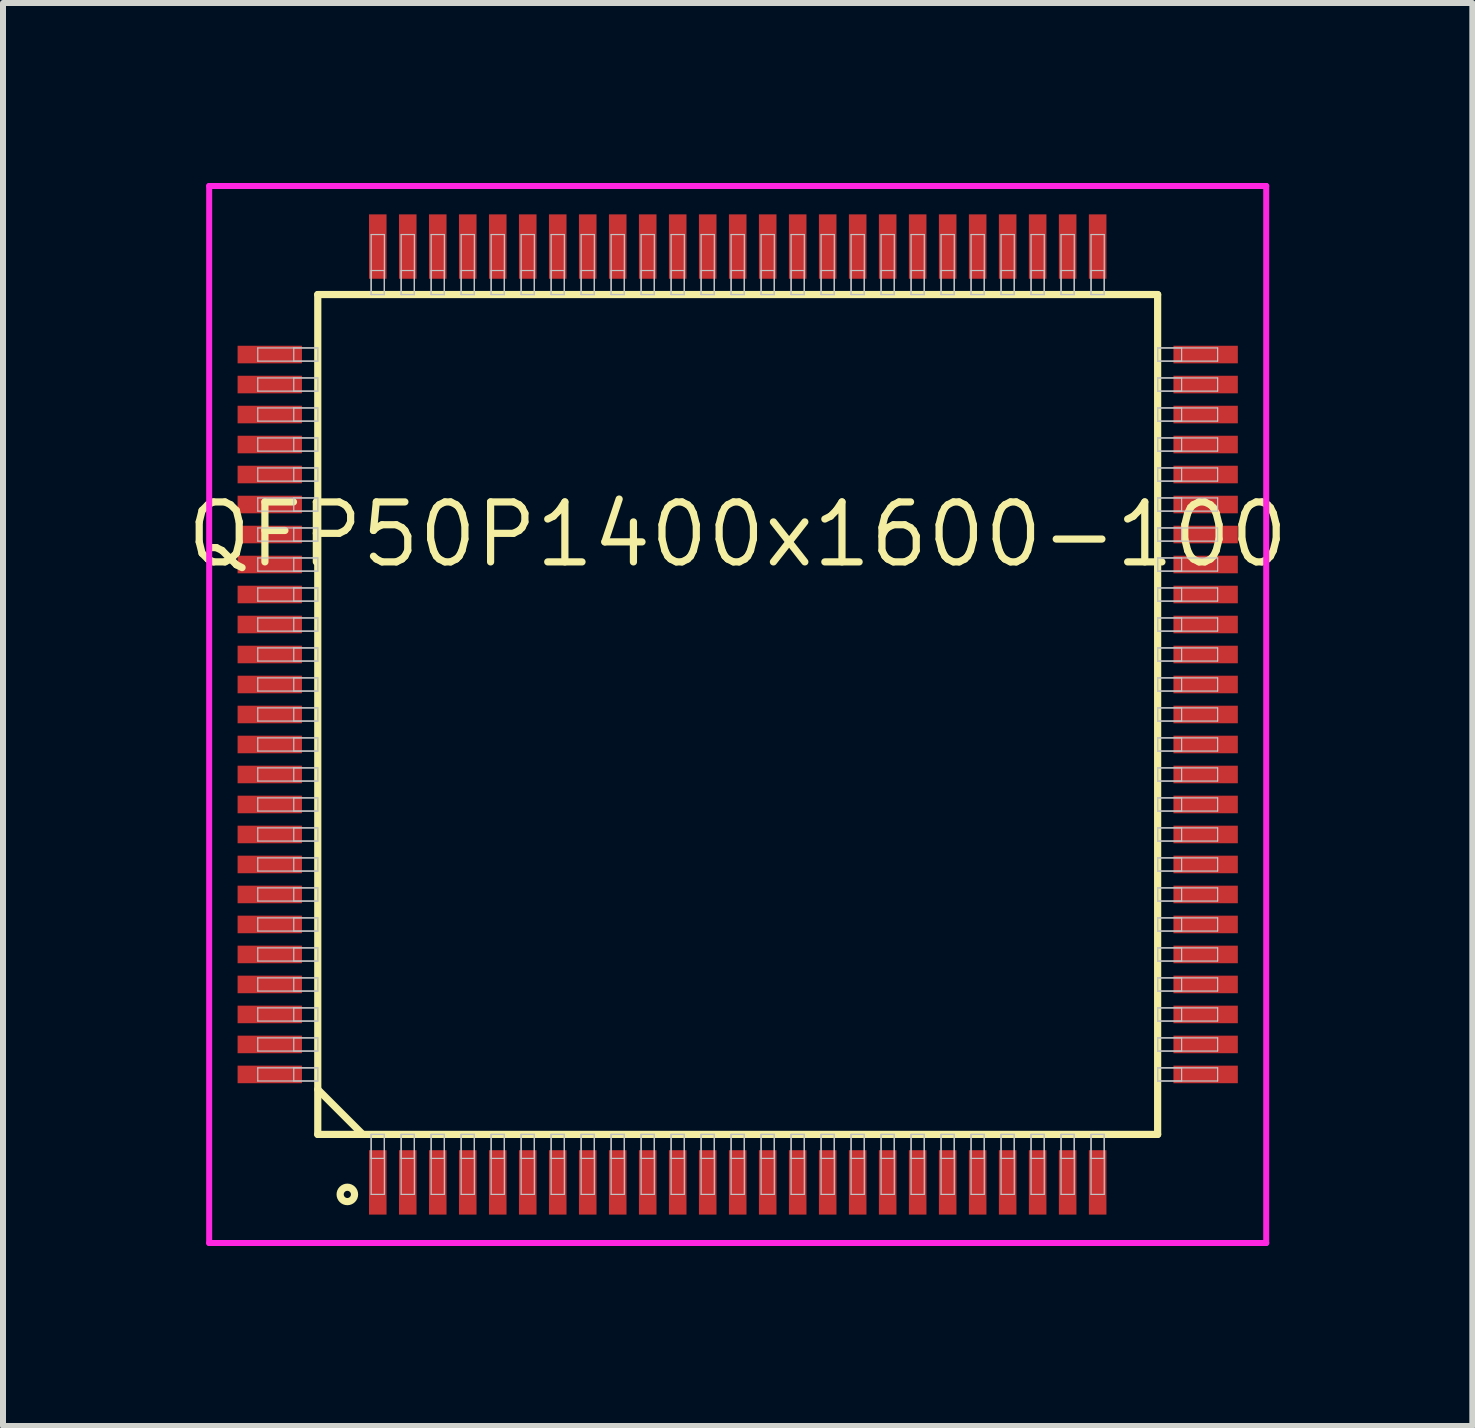
<source format=kicad_pcb>
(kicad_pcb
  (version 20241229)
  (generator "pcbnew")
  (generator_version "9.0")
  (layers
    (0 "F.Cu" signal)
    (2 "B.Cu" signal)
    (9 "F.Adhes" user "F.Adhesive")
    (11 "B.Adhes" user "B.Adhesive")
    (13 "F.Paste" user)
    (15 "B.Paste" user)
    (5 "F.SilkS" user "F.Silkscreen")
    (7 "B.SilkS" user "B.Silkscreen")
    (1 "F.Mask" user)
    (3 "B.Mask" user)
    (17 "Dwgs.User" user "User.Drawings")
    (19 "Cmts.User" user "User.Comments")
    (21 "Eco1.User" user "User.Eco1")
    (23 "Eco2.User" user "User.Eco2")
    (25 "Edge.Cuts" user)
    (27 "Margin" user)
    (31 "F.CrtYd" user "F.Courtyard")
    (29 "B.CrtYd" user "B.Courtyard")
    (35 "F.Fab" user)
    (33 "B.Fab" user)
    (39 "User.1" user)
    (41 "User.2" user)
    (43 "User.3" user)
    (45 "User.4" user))
  (footprint "QFP50P1400x1600-100"
    (layer "F.Cu")
    (at 9.247 8.86)
    (property "Reference" "QFP50P1400x1600-100" (at 0 -3 0) (layer "F.SilkS") (effects (font (size 1 1) (thickness 0.12))))
    (attr through_hole)
    (fp_line (start -7 -7) (end -7 7) (stroke (width 0.12) (type solid)) (layer "F.SilkS"))
    (fp_line (start -7 6.25) (end -6.25 7) (stroke (width 0.12) (type solid)) (layer "F.SilkS"))
    (fp_line (start -7 7) (end 7 7) (stroke (width 0.12) (type solid)) (layer "F.SilkS"))
    (fp_line (start 7 -7) (end -7 -7) (stroke (width 0.12) (type solid)) (layer "F.SilkS"))
    (fp_line (start 7 7) (end 7 -7) (stroke (width 0.12) (type solid)) (layer "F.SilkS"))
    (fp_circle (center -6.507 8) (end -6.387 8) (stroke (width 0.12) (type solid)) (fill no) (layer "F.SilkS"))
    (fp_line (start -8 -6.11) (end -8 -5.89) (stroke (width 0.02) (type solid)) (layer "Dwgs.User"))
    (fp_line (start -8 -5.89) (end -7 -5.89) (stroke (width 0.02) (type solid)) (layer "Dwgs.User"))
    (fp_line (start -8 -5.61) (end -8 -5.39) (stroke (width 0.02) (type solid)) (layer "Dwgs.User"))
    (fp_line (start -8 -5.39) (end -7 -5.39) (stroke (width 0.02) (type solid)) (layer "Dwgs.User"))
    (fp_line (start -8 -5.11) (end -8 -4.89) (stroke (width 0.02) (type solid)) (layer "Dwgs.User"))
    (fp_line (start -8 -4.89) (end -7 -4.89) (stroke (width 0.02) (type solid)) (layer "Dwgs.User"))
    (fp_line (start -8 -4.61) (end -8 -4.39) (stroke (width 0.02) (type solid)) (layer "Dwgs.User"))
    (fp_line (start -8 -4.39) (end -7 -4.39) (stroke (width 0.02) (type solid)) (layer "Dwgs.User"))
    (fp_line (start -8 -4.11) (end -8 -3.89) (stroke (width 0.02) (type solid)) (layer "Dwgs.User"))
    (fp_line (start -8 -3.89) (end -7 -3.89) (stroke (width 0.02) (type solid)) (layer "Dwgs.User"))
    (fp_line (start -8 -3.61) (end -8 -3.39) (stroke (width 0.02) (type solid)) (layer "Dwgs.User"))
    (fp_line (start -8 -3.39) (end -7 -3.39) (stroke (width 0.02) (type solid)) (layer "Dwgs.User"))
    (fp_line (start -8 -3.11) (end -8 -2.89) (stroke (width 0.02) (type solid)) (layer "Dwgs.User"))
    (fp_line (start -8 -2.89) (end -7 -2.89) (stroke (width 0.02) (type solid)) (layer "Dwgs.User"))
    (fp_line (start -8 -2.61) (end -8 -2.39) (stroke (width 0.02) (type solid)) (layer "Dwgs.User"))
    (fp_line (start -8 -2.39) (end -7 -2.39) (stroke (width 0.02) (type solid)) (layer "Dwgs.User"))
    (fp_line (start -8 -2.11) (end -8 -1.89) (stroke (width 0.02) (type solid)) (layer "Dwgs.User"))
    (fp_line (start -8 -1.89) (end -7 -1.89) (stroke (width 0.02) (type solid)) (layer "Dwgs.User"))
    (fp_line (start -8 -1.61) (end -8 -1.39) (stroke (width 0.02) (type solid)) (layer "Dwgs.User"))
    (fp_line (start -8 -1.39) (end -7 -1.39) (stroke (width 0.02) (type solid)) (layer "Dwgs.User"))
    (fp_line (start -8 -1.11) (end -8 -0.89) (stroke (width 0.02) (type solid)) (layer "Dwgs.User"))
    (fp_line (start -8 -0.89) (end -7 -0.89) (stroke (width 0.02) (type solid)) (layer "Dwgs.User"))
    (fp_line (start -8 -0.61) (end -8 -0.39) (stroke (width 0.02) (type solid)) (layer "Dwgs.User"))
    (fp_line (start -8 -0.39) (end -7 -0.39) (stroke (width 0.02) (type solid)) (layer "Dwgs.User"))
    (fp_line (start -8 -0.11) (end -8 0.11) (stroke (width 0.02) (type solid)) (layer "Dwgs.User"))
    (fp_line (start -8 0.11) (end -7 0.11) (stroke (width 0.02) (type solid)) (layer "Dwgs.User"))
    (fp_line (start -8 0.39) (end -8 0.61) (stroke (width 0.02) (type solid)) (layer "Dwgs.User"))
    (fp_line (start -8 0.61) (end -7 0.61) (stroke (width 0.02) (type solid)) (layer "Dwgs.User"))
    (fp_line (start -8 0.89) (end -8 1.11) (stroke (width 0.02) (type solid)) (layer "Dwgs.User"))
    (fp_line (start -8 1.11) (end -7 1.11) (stroke (width 0.02) (type solid)) (layer "Dwgs.User"))
    (fp_line (start -8 1.39) (end -8 1.61) (stroke (width 0.02) (type solid)) (layer "Dwgs.User"))
    (fp_line (start -8 1.61) (end -7 1.61) (stroke (width 0.02) (type solid)) (layer "Dwgs.User"))
    (fp_line (start -8 1.89) (end -8 2.11) (stroke (width 0.02) (type solid)) (layer "Dwgs.User"))
    (fp_line (start -8 2.11) (end -7 2.11) (stroke (width 0.02) (type solid)) (layer "Dwgs.User"))
    (fp_line (start -8 2.39) (end -8 2.61) (stroke (width 0.02) (type solid)) (layer "Dwgs.User"))
    (fp_line (start -8 2.61) (end -7 2.61) (stroke (width 0.02) (type solid)) (layer "Dwgs.User"))
    (fp_line (start -8 2.89) (end -8 3.11) (stroke (width 0.02) (type solid)) (layer "Dwgs.User"))
    (fp_line (start -8 3.11) (end -7 3.11) (stroke (width 0.02) (type solid)) (layer "Dwgs.User"))
    (fp_line (start -8 3.39) (end -8 3.61) (stroke (width 0.02) (type solid)) (layer "Dwgs.User"))
    (fp_line (start -8 3.61) (end -7 3.61) (stroke (width 0.02) (type solid)) (layer "Dwgs.User"))
    (fp_line (start -8 3.89) (end -8 4.11) (stroke (width 0.02) (type solid)) (layer "Dwgs.User"))
    (fp_line (start -8 4.11) (end -7 4.11) (stroke (width 0.02) (type solid)) (layer "Dwgs.User"))
    (fp_line (start -8 4.39) (end -8 4.61) (stroke (width 0.02) (type solid)) (layer "Dwgs.User"))
    (fp_line (start -8 4.61) (end -7 4.61) (stroke (width 0.02) (type solid)) (layer "Dwgs.User"))
    (fp_line (start -8 4.89) (end -8 5.11) (stroke (width 0.02) (type solid)) (layer "Dwgs.User"))
    (fp_line (start -8 5.11) (end -7 5.11) (stroke (width 0.02) (type solid)) (layer "Dwgs.User"))
    (fp_line (start -8 5.39) (end -8 5.61) (stroke (width 0.02) (type solid)) (layer "Dwgs.User"))
    (fp_line (start -8 5.61) (end -7 5.61) (stroke (width 0.02) (type solid)) (layer "Dwgs.User"))
    (fp_line (start -8 5.89) (end -8 6.11) (stroke (width 0.02) (type solid)) (layer "Dwgs.User"))
    (fp_line (start -8 6.11) (end -7 6.11) (stroke (width 0.02) (type solid)) (layer "Dwgs.User"))
    (fp_line (start -7.4 -6.11) (end -7.4 -5.89) (stroke (width 0.02) (type solid)) (layer "Dwgs.User"))
    (fp_line (start -7.4 -5.89) (end -7 -5.89) (stroke (width 0.02) (type solid)) (layer "Dwgs.User"))
    (fp_line (start -7.4 -5.61) (end -7.4 -5.39) (stroke (width 0.02) (type solid)) (layer "Dwgs.User"))
    (fp_line (start -7.4 -5.39) (end -7 -5.39) (stroke (width 0.02) (type solid)) (layer "Dwgs.User"))
    (fp_line (start -7.4 -5.11) (end -7.4 -4.89) (stroke (width 0.02) (type solid)) (layer "Dwgs.User"))
    (fp_line (start -7.4 -4.89) (end -7 -4.89) (stroke (width 0.02) (type solid)) (layer "Dwgs.User"))
    (fp_line (start -7.4 -4.61) (end -7.4 -4.39) (stroke (width 0.02) (type solid)) (layer "Dwgs.User"))
    (fp_line (start -7.4 -4.39) (end -7 -4.39) (stroke (width 0.02) (type solid)) (layer "Dwgs.User"))
    (fp_line (start -7.4 -4.11) (end -7.4 -3.89) (stroke (width 0.02) (type solid)) (layer "Dwgs.User"))
    (fp_line (start -7.4 -3.89) (end -7 -3.89) (stroke (width 0.02) (type solid)) (layer "Dwgs.User"))
    (fp_line (start -7.4 -3.61) (end -7.4 -3.39) (stroke (width 0.02) (type solid)) (layer "Dwgs.User"))
    (fp_line (start -7.4 -3.39) (end -7 -3.39) (stroke (width 0.02) (type solid)) (layer "Dwgs.User"))
    (fp_line (start -7.4 -3.11) (end -7.4 -2.89) (stroke (width 0.02) (type solid)) (layer "Dwgs.User"))
    (fp_line (start -7.4 -2.89) (end -7 -2.89) (stroke (width 0.02) (type solid)) (layer "Dwgs.User"))
    (fp_line (start -7.4 -2.61) (end -7.4 -2.39) (stroke (width 0.02) (type solid)) (layer "Dwgs.User"))
    (fp_line (start -7.4 -2.39) (end -7 -2.39) (stroke (width 0.02) (type solid)) (layer "Dwgs.User"))
    (fp_line (start -7.4 -2.11) (end -7.4 -1.89) (stroke (width 0.02) (type solid)) (layer "Dwgs.User"))
    (fp_line (start -7.4 -1.89) (end -7 -1.89) (stroke (width 0.02) (type solid)) (layer "Dwgs.User"))
    (fp_line (start -7.4 -1.61) (end -7.4 -1.39) (stroke (width 0.02) (type solid)) (layer "Dwgs.User"))
    (fp_line (start -7.4 -1.39) (end -7 -1.39) (stroke (width 0.02) (type solid)) (layer "Dwgs.User"))
    (fp_line (start -7.4 -1.11) (end -7.4 -0.89) (stroke (width 0.02) (type solid)) (layer "Dwgs.User"))
    (fp_line (start -7.4 -0.89) (end -7 -0.89) (stroke (width 0.02) (type solid)) (layer "Dwgs.User"))
    (fp_line (start -7.4 -0.61) (end -7.4 -0.39) (stroke (width 0.02) (type solid)) (layer "Dwgs.User"))
    (fp_line (start -7.4 -0.39) (end -7 -0.39) (stroke (width 0.02) (type solid)) (layer "Dwgs.User"))
    (fp_line (start -7.4 -0.11) (end -7.4 0.11) (stroke (width 0.02) (type solid)) (layer "Dwgs.User"))
    (fp_line (start -7.4 0.11) (end -7 0.11) (stroke (width 0.02) (type solid)) (layer "Dwgs.User"))
    (fp_line (start -7.4 0.39) (end -7.4 0.61) (stroke (width 0.02) (type solid)) (layer "Dwgs.User"))
    (fp_line (start -7.4 0.61) (end -7 0.61) (stroke (width 0.02) (type solid)) (layer "Dwgs.User"))
    (fp_line (start -7.4 0.89) (end -7.4 1.11) (stroke (width 0.02) (type solid)) (layer "Dwgs.User"))
    (fp_line (start -7.4 1.11) (end -7 1.11) (stroke (width 0.02) (type solid)) (layer "Dwgs.User"))
    (fp_line (start -7.4 1.39) (end -7.4 1.61) (stroke (width 0.02) (type solid)) (layer "Dwgs.User"))
    (fp_line (start -7.4 1.61) (end -7 1.61) (stroke (width 0.02) (type solid)) (layer "Dwgs.User"))
    (fp_line (start -7.4 1.89) (end -7.4 2.11) (stroke (width 0.02) (type solid)) (layer "Dwgs.User"))
    (fp_line (start -7.4 2.11) (end -7 2.11) (stroke (width 0.02) (type solid)) (layer "Dwgs.User"))
    (fp_line (start -7.4 2.39) (end -7.4 2.61) (stroke (width 0.02) (type solid)) (layer "Dwgs.User"))
    (fp_line (start -7.4 2.61) (end -7 2.61) (stroke (width 0.02) (type solid)) (layer "Dwgs.User"))
    (fp_line (start -7.4 2.89) (end -7.4 3.11) (stroke (width 0.02) (type solid)) (layer "Dwgs.User"))
    (fp_line (start -7.4 3.11) (end -7 3.11) (stroke (width 0.02) (type solid)) (layer "Dwgs.User"))
    (fp_line (start -7.4 3.39) (end -7.4 3.61) (stroke (width 0.02) (type solid)) (layer "Dwgs.User"))
    (fp_line (start -7.4 3.61) (end -7 3.61) (stroke (width 0.02) (type solid)) (layer "Dwgs.User"))
    (fp_line (start -7.4 3.89) (end -7.4 4.11) (stroke (width 0.02) (type solid)) (layer "Dwgs.User"))
    (fp_line (start -7.4 4.11) (end -7 4.11) (stroke (width 0.02) (type solid)) (layer "Dwgs.User"))
    (fp_line (start -7.4 4.39) (end -7.4 4.61) (stroke (width 0.02) (type solid)) (layer "Dwgs.User"))
    (fp_line (start -7.4 4.61) (end -7 4.61) (stroke (width 0.02) (type solid)) (layer "Dwgs.User"))
    (fp_line (start -7.4 4.89) (end -7.4 5.11) (stroke (width 0.02) (type solid)) (layer "Dwgs.User"))
    (fp_line (start -7.4 5.11) (end -7 5.11) (stroke (width 0.02) (type solid)) (layer "Dwgs.User"))
    (fp_line (start -7.4 5.39) (end -7.4 5.61) (stroke (width 0.02) (type solid)) (layer "Dwgs.User"))
    (fp_line (start -7.4 5.61) (end -7 5.61) (stroke (width 0.02) (type solid)) (layer "Dwgs.User"))
    (fp_line (start -7.4 5.89) (end -7.4 6.11) (stroke (width 0.02) (type solid)) (layer "Dwgs.User"))
    (fp_line (start -7.4 6.11) (end -7 6.11) (stroke (width 0.02) (type solid)) (layer "Dwgs.User"))
    (fp_line (start -7 -6.11) (end -8 -6.11) (stroke (width 0.02) (type solid)) (layer "Dwgs.User"))
    (fp_line (start -7 -6.11) (end -7.4 -6.11) (stroke (width 0.02) (type solid)) (layer "Dwgs.User"))
    (fp_line (start -7 -5.89) (end -7 -6.11) (stroke (width 0.02) (type solid)) (layer "Dwgs.User"))
    (fp_line (start -7 -5.89) (end -7 -6.11) (stroke (width 0.02) (type solid)) (layer "Dwgs.User"))
    (fp_line (start -7 -5.61) (end -8 -5.61) (stroke (width 0.02) (type solid)) (layer "Dwgs.User"))
    (fp_line (start -7 -5.61) (end -7.4 -5.61) (stroke (width 0.02) (type solid)) (layer "Dwgs.User"))
    (fp_line (start -7 -5.39) (end -7 -5.61) (stroke (width 0.02) (type solid)) (layer "Dwgs.User"))
    (fp_line (start -7 -5.39) (end -7 -5.61) (stroke (width 0.02) (type solid)) (layer "Dwgs.User"))
    (fp_line (start -7 -5.11) (end -8 -5.11) (stroke (width 0.02) (type solid)) (layer "Dwgs.User"))
    (fp_line (start -7 -5.11) (end -7.4 -5.11) (stroke (width 0.02) (type solid)) (layer "Dwgs.User"))
    (fp_line (start -7 -4.89) (end -7 -5.11) (stroke (width 0.02) (type solid)) (layer "Dwgs.User"))
    (fp_line (start -7 -4.89) (end -7 -5.11) (stroke (width 0.02) (type solid)) (layer "Dwgs.User"))
    (fp_line (start -7 -4.61) (end -8 -4.61) (stroke (width 0.02) (type solid)) (layer "Dwgs.User"))
    (fp_line (start -7 -4.61) (end -7.4 -4.61) (stroke (width 0.02) (type solid)) (layer "Dwgs.User"))
    (fp_line (start -7 -4.39) (end -7 -4.61) (stroke (width 0.02) (type solid)) (layer "Dwgs.User"))
    (fp_line (start -7 -4.39) (end -7 -4.61) (stroke (width 0.02) (type solid)) (layer "Dwgs.User"))
    (fp_line (start -7 -4.11) (end -8 -4.11) (stroke (width 0.02) (type solid)) (layer "Dwgs.User"))
    (fp_line (start -7 -4.11) (end -7.4 -4.11) (stroke (width 0.02) (type solid)) (layer "Dwgs.User"))
    (fp_line (start -7 -3.89) (end -7 -4.11) (stroke (width 0.02) (type solid)) (layer "Dwgs.User"))
    (fp_line (start -7 -3.89) (end -7 -4.11) (stroke (width 0.02) (type solid)) (layer "Dwgs.User"))
    (fp_line (start -7 -3.61) (end -8 -3.61) (stroke (width 0.02) (type solid)) (layer "Dwgs.User"))
    (fp_line (start -7 -3.61) (end -7.4 -3.61) (stroke (width 0.02) (type solid)) (layer "Dwgs.User"))
    (fp_line (start -7 -3.39) (end -7 -3.61) (stroke (width 0.02) (type solid)) (layer "Dwgs.User"))
    (fp_line (start -7 -3.39) (end -7 -3.61) (stroke (width 0.02) (type solid)) (layer "Dwgs.User"))
    (fp_line (start -7 -3.11) (end -8 -3.11) (stroke (width 0.02) (type solid)) (layer "Dwgs.User"))
    (fp_line (start -7 -3.11) (end -7.4 -3.11) (stroke (width 0.02) (type solid)) (layer "Dwgs.User"))
    (fp_line (start -7 -2.89) (end -7 -3.11) (stroke (width 0.02) (type solid)) (layer "Dwgs.User"))
    (fp_line (start -7 -2.89) (end -7 -3.11) (stroke (width 0.02) (type solid)) (layer "Dwgs.User"))
    (fp_line (start -7 -2.61) (end -8 -2.61) (stroke (width 0.02) (type solid)) (layer "Dwgs.User"))
    (fp_line (start -7 -2.61) (end -7.4 -2.61) (stroke (width 0.02) (type solid)) (layer "Dwgs.User"))
    (fp_line (start -7 -2.39) (end -7 -2.61) (stroke (width 0.02) (type solid)) (layer "Dwgs.User"))
    (fp_line (start -7 -2.39) (end -7 -2.61) (stroke (width 0.02) (type solid)) (layer "Dwgs.User"))
    (fp_line (start -7 -2.11) (end -8 -2.11) (stroke (width 0.02) (type solid)) (layer "Dwgs.User"))
    (fp_line (start -7 -2.11) (end -7.4 -2.11) (stroke (width 0.02) (type solid)) (layer "Dwgs.User"))
    (fp_line (start -7 -1.89) (end -7 -2.11) (stroke (width 0.02) (type solid)) (layer "Dwgs.User"))
    (fp_line (start -7 -1.89) (end -7 -2.11) (stroke (width 0.02) (type solid)) (layer "Dwgs.User"))
    (fp_line (start -7 -1.61) (end -8 -1.61) (stroke (width 0.02) (type solid)) (layer "Dwgs.User"))
    (fp_line (start -7 -1.61) (end -7.4 -1.61) (stroke (width 0.02) (type solid)) (layer "Dwgs.User"))
    (fp_line (start -7 -1.39) (end -7 -1.61) (stroke (width 0.02) (type solid)) (layer "Dwgs.User"))
    (fp_line (start -7 -1.39) (end -7 -1.61) (stroke (width 0.02) (type solid)) (layer "Dwgs.User"))
    (fp_line (start -7 -1.11) (end -8 -1.11) (stroke (width 0.02) (type solid)) (layer "Dwgs.User"))
    (fp_line (start -7 -1.11) (end -7.4 -1.11) (stroke (width 0.02) (type solid)) (layer "Dwgs.User"))
    (fp_line (start -7 -0.89) (end -7 -1.11) (stroke (width 0.02) (type solid)) (layer "Dwgs.User"))
    (fp_line (start -7 -0.89) (end -7 -1.11) (stroke (width 0.02) (type solid)) (layer "Dwgs.User"))
    (fp_line (start -7 -0.61) (end -8 -0.61) (stroke (width 0.02) (type solid)) (layer "Dwgs.User"))
    (fp_line (start -7 -0.61) (end -7.4 -0.61) (stroke (width 0.02) (type solid)) (layer "Dwgs.User"))
    (fp_line (start -7 -0.39) (end -7 -0.61) (stroke (width 0.02) (type solid)) (layer "Dwgs.User"))
    (fp_line (start -7 -0.39) (end -7 -0.61) (stroke (width 0.02) (type solid)) (layer "Dwgs.User"))
    (fp_line (start -7 -0.11) (end -8 -0.11) (stroke (width 0.02) (type solid)) (layer "Dwgs.User"))
    (fp_line (start -7 -0.11) (end -7.4 -0.11) (stroke (width 0.02) (type solid)) (layer "Dwgs.User"))
    (fp_line (start -7 0.11) (end -7 -0.11) (stroke (width 0.02) (type solid)) (layer "Dwgs.User"))
    (fp_line (start -7 0.11) (end -7 -0.11) (stroke (width 0.02) (type solid)) (layer "Dwgs.User"))
    (fp_line (start -7 0.39) (end -8 0.39) (stroke (width 0.02) (type solid)) (layer "Dwgs.User"))
    (fp_line (start -7 0.39) (end -7.4 0.39) (stroke (width 0.02) (type solid)) (layer "Dwgs.User"))
    (fp_line (start -7 0.61) (end -7 0.39) (stroke (width 0.02) (type solid)) (layer "Dwgs.User"))
    (fp_line (start -7 0.61) (end -7 0.39) (stroke (width 0.02) (type solid)) (layer "Dwgs.User"))
    (fp_line (start -7 0.89) (end -8 0.89) (stroke (width 0.02) (type solid)) (layer "Dwgs.User"))
    (fp_line (start -7 0.89) (end -7.4 0.89) (stroke (width 0.02) (type solid)) (layer "Dwgs.User"))
    (fp_line (start -7 1.11) (end -7 0.89) (stroke (width 0.02) (type solid)) (layer "Dwgs.User"))
    (fp_line (start -7 1.11) (end -7 0.89) (stroke (width 0.02) (type solid)) (layer "Dwgs.User"))
    (fp_line (start -7 1.39) (end -8 1.39) (stroke (width 0.02) (type solid)) (layer "Dwgs.User"))
    (fp_line (start -7 1.39) (end -7.4 1.39) (stroke (width 0.02) (type solid)) (layer "Dwgs.User"))
    (fp_line (start -7 1.61) (end -7 1.39) (stroke (width 0.02) (type solid)) (layer "Dwgs.User"))
    (fp_line (start -7 1.61) (end -7 1.39) (stroke (width 0.02) (type solid)) (layer "Dwgs.User"))
    (fp_line (start -7 1.89) (end -8 1.89) (stroke (width 0.02) (type solid)) (layer "Dwgs.User"))
    (fp_line (start -7 1.89) (end -7.4 1.89) (stroke (width 0.02) (type solid)) (layer "Dwgs.User"))
    (fp_line (start -7 2.11) (end -7 1.89) (stroke (width 0.02) (type solid)) (layer "Dwgs.User"))
    (fp_line (start -7 2.11) (end -7 1.89) (stroke (width 0.02) (type solid)) (layer "Dwgs.User"))
    (fp_line (start -7 2.39) (end -8 2.39) (stroke (width 0.02) (type solid)) (layer "Dwgs.User"))
    (fp_line (start -7 2.39) (end -7.4 2.39) (stroke (width 0.02) (type solid)) (layer "Dwgs.User"))
    (fp_line (start -7 2.61) (end -7 2.39) (stroke (width 0.02) (type solid)) (layer "Dwgs.User"))
    (fp_line (start -7 2.61) (end -7 2.39) (stroke (width 0.02) (type solid)) (layer "Dwgs.User"))
    (fp_line (start -7 2.89) (end -8 2.89) (stroke (width 0.02) (type solid)) (layer "Dwgs.User"))
    (fp_line (start -7 2.89) (end -7.4 2.89) (stroke (width 0.02) (type solid)) (layer "Dwgs.User"))
    (fp_line (start -7 3.11) (end -7 2.89) (stroke (width 0.02) (type solid)) (layer "Dwgs.User"))
    (fp_line (start -7 3.11) (end -7 2.89) (stroke (width 0.02) (type solid)) (layer "Dwgs.User"))
    (fp_line (start -7 3.39) (end -8 3.39) (stroke (width 0.02) (type solid)) (layer "Dwgs.User"))
    (fp_line (start -7 3.39) (end -7.4 3.39) (stroke (width 0.02) (type solid)) (layer "Dwgs.User"))
    (fp_line (start -7 3.61) (end -7 3.39) (stroke (width 0.02) (type solid)) (layer "Dwgs.User"))
    (fp_line (start -7 3.61) (end -7 3.39) (stroke (width 0.02) (type solid)) (layer "Dwgs.User"))
    (fp_line (start -7 3.89) (end -8 3.89) (stroke (width 0.02) (type solid)) (layer "Dwgs.User"))
    (fp_line (start -7 3.89) (end -7.4 3.89) (stroke (width 0.02) (type solid)) (layer "Dwgs.User"))
    (fp_line (start -7 4.11) (end -7 3.89) (stroke (width 0.02) (type solid)) (layer "Dwgs.User"))
    (fp_line (start -7 4.11) (end -7 3.89) (stroke (width 0.02) (type solid)) (layer "Dwgs.User"))
    (fp_line (start -7 4.39) (end -8 4.39) (stroke (width 0.02) (type solid)) (layer "Dwgs.User"))
    (fp_line (start -7 4.39) (end -7.4 4.39) (stroke (width 0.02) (type solid)) (layer "Dwgs.User"))
    (fp_line (start -7 4.61) (end -7 4.39) (stroke (width 0.02) (type solid)) (layer "Dwgs.User"))
    (fp_line (start -7 4.61) (end -7 4.39) (stroke (width 0.02) (type solid)) (layer "Dwgs.User"))
    (fp_line (start -7 4.89) (end -8 4.89) (stroke (width 0.02) (type solid)) (layer "Dwgs.User"))
    (fp_line (start -7 4.89) (end -7.4 4.89) (stroke (width 0.02) (type solid)) (layer "Dwgs.User"))
    (fp_line (start -7 5.11) (end -7 4.89) (stroke (width 0.02) (type solid)) (layer "Dwgs.User"))
    (fp_line (start -7 5.11) (end -7 4.89) (stroke (width 0.02) (type solid)) (layer "Dwgs.User"))
    (fp_line (start -7 5.39) (end -8 5.39) (stroke (width 0.02) (type solid)) (layer "Dwgs.User"))
    (fp_line (start -7 5.39) (end -7.4 5.39) (stroke (width 0.02) (type solid)) (layer "Dwgs.User"))
    (fp_line (start -7 5.61) (end -7 5.39) (stroke (width 0.02) (type solid)) (layer "Dwgs.User"))
    (fp_line (start -7 5.61) (end -7 5.39) (stroke (width 0.02) (type solid)) (layer "Dwgs.User"))
    (fp_line (start -7 5.89) (end -8 5.89) (stroke (width 0.02) (type solid)) (layer "Dwgs.User"))
    (fp_line (start -7 5.89) (end -7.4 5.89) (stroke (width 0.02) (type solid)) (layer "Dwgs.User"))
    (fp_line (start -7 6.11) (end -7 5.89) (stroke (width 0.02) (type solid)) (layer "Dwgs.User"))
    (fp_line (start -7 6.11) (end -7 5.89) (stroke (width 0.02) (type solid)) (layer "Dwgs.User"))
    (fp_line (start -6.11 -8) (end -6.11 -7) (stroke (width 0.02) (type solid)) (layer "Dwgs.User"))
    (fp_line (start -6.11 -7.4) (end -6.11 -7) (stroke (width 0.02) (type solid)) (layer "Dwgs.User"))
    (fp_line (start -6.11 -7) (end -5.89 -7) (stroke (width 0.02) (type solid)) (layer "Dwgs.User"))
    (fp_line (start -6.11 -7) (end -5.89 -7) (stroke (width 0.02) (type solid)) (layer "Dwgs.User"))
    (fp_line (start -6.11 7) (end -5.89 7) (stroke (width 0.02) (type solid)) (layer "Dwgs.User"))
    (fp_line (start -6.11 7) (end -5.89 7) (stroke (width 0.02) (type solid)) (layer "Dwgs.User"))
    (fp_line (start -6.11 7.4) (end -6.11 7) (stroke (width 0.02) (type solid)) (layer "Dwgs.User"))
    (fp_line (start -6.11 8) (end -6.11 7) (stroke (width 0.02) (type solid)) (layer "Dwgs.User"))
    (fp_line (start -5.89 -8) (end -6.11 -8) (stroke (width 0.02) (type solid)) (layer "Dwgs.User"))
    (fp_line (start -5.89 -7.4) (end -6.11 -7.4) (stroke (width 0.02) (type solid)) (layer "Dwgs.User"))
    (fp_line (start -5.89 -7) (end -5.89 -8) (stroke (width 0.02) (type solid)) (layer "Dwgs.User"))
    (fp_line (start -5.89 -7) (end -5.89 -7.4) (stroke (width 0.02) (type solid)) (layer "Dwgs.User"))
    (fp_line (start -5.89 7) (end -5.89 7.4) (stroke (width 0.02) (type solid)) (layer "Dwgs.User"))
    (fp_line (start -5.89 7) (end -5.89 8) (stroke (width 0.02) (type solid)) (layer "Dwgs.User"))
    (fp_line (start -5.89 7.4) (end -6.11 7.4) (stroke (width 0.02) (type solid)) (layer "Dwgs.User"))
    (fp_line (start -5.89 8) (end -6.11 8) (stroke (width 0.02) (type solid)) (layer "Dwgs.User"))
    (fp_line (start -5.61 -8) (end -5.61 -7) (stroke (width 0.02) (type solid)) (layer "Dwgs.User"))
    (fp_line (start -5.61 -7.4) (end -5.61 -7) (stroke (width 0.02) (type solid)) (layer "Dwgs.User"))
    (fp_line (start -5.61 -7) (end -5.39 -7) (stroke (width 0.02) (type solid)) (layer "Dwgs.User"))
    (fp_line (start -5.61 -7) (end -5.39 -7) (stroke (width 0.02) (type solid)) (layer "Dwgs.User"))
    (fp_line (start -5.61 7) (end -5.39 7) (stroke (width 0.02) (type solid)) (layer "Dwgs.User"))
    (fp_line (start -5.61 7) (end -5.39 7) (stroke (width 0.02) (type solid)) (layer "Dwgs.User"))
    (fp_line (start -5.61 7.4) (end -5.61 7) (stroke (width 0.02) (type solid)) (layer "Dwgs.User"))
    (fp_line (start -5.61 8) (end -5.61 7) (stroke (width 0.02) (type solid)) (layer "Dwgs.User"))
    (fp_line (start -5.39 -8) (end -5.61 -8) (stroke (width 0.02) (type solid)) (layer "Dwgs.User"))
    (fp_line (start -5.39 -7.4) (end -5.61 -7.4) (stroke (width 0.02) (type solid)) (layer "Dwgs.User"))
    (fp_line (start -5.39 -7) (end -5.39 -8) (stroke (width 0.02) (type solid)) (layer "Dwgs.User"))
    (fp_line (start -5.39 -7) (end -5.39 -7.4) (stroke (width 0.02) (type solid)) (layer "Dwgs.User"))
    (fp_line (start -5.39 7) (end -5.39 7.4) (stroke (width 0.02) (type solid)) (layer "Dwgs.User"))
    (fp_line (start -5.39 7) (end -5.39 8) (stroke (width 0.02) (type solid)) (layer "Dwgs.User"))
    (fp_line (start -5.39 7.4) (end -5.61 7.4) (stroke (width 0.02) (type solid)) (layer "Dwgs.User"))
    (fp_line (start -5.39 8) (end -5.61 8) (stroke (width 0.02) (type solid)) (layer "Dwgs.User"))
    (fp_line (start -5.11 -8) (end -5.11 -7) (stroke (width 0.02) (type solid)) (layer "Dwgs.User"))
    (fp_line (start -5.11 -7.4) (end -5.11 -7) (stroke (width 0.02) (type solid)) (layer "Dwgs.User"))
    (fp_line (start -5.11 -7) (end -4.89 -7) (stroke (width 0.02) (type solid)) (layer "Dwgs.User"))
    (fp_line (start -5.11 -7) (end -4.89 -7) (stroke (width 0.02) (type solid)) (layer "Dwgs.User"))
    (fp_line (start -5.11 7) (end -4.89 7) (stroke (width 0.02) (type solid)) (layer "Dwgs.User"))
    (fp_line (start -5.11 7) (end -4.89 7) (stroke (width 0.02) (type solid)) (layer "Dwgs.User"))
    (fp_line (start -5.11 7.4) (end -5.11 7) (stroke (width 0.02) (type solid)) (layer "Dwgs.User"))
    (fp_line (start -5.11 8) (end -5.11 7) (stroke (width 0.02) (type solid)) (layer "Dwgs.User"))
    (fp_line (start -4.89 -8) (end -5.11 -8) (stroke (width 0.02) (type solid)) (layer "Dwgs.User"))
    (fp_line (start -4.89 -7.4) (end -5.11 -7.4) (stroke (width 0.02) (type solid)) (layer "Dwgs.User"))
    (fp_line (start -4.89 -7) (end -4.89 -8) (stroke (width 0.02) (type solid)) (layer "Dwgs.User"))
    (fp_line (start -4.89 -7) (end -4.89 -7.4) (stroke (width 0.02) (type solid)) (layer "Dwgs.User"))
    (fp_line (start -4.89 7) (end -4.89 7.4) (stroke (width 0.02) (type solid)) (layer "Dwgs.User"))
    (fp_line (start -4.89 7) (end -4.89 8) (stroke (width 0.02) (type solid)) (layer "Dwgs.User"))
    (fp_line (start -4.89 7.4) (end -5.11 7.4) (stroke (width 0.02) (type solid)) (layer "Dwgs.User"))
    (fp_line (start -4.89 8) (end -5.11 8) (stroke (width 0.02) (type solid)) (layer "Dwgs.User"))
    (fp_line (start -4.61 -8) (end -4.61 -7) (stroke (width 0.02) (type solid)) (layer "Dwgs.User"))
    (fp_line (start -4.61 -7.4) (end -4.61 -7) (stroke (width 0.02) (type solid)) (layer "Dwgs.User"))
    (fp_line (start -4.61 -7) (end -4.39 -7) (stroke (width 0.02) (type solid)) (layer "Dwgs.User"))
    (fp_line (start -4.61 -7) (end -4.39 -7) (stroke (width 0.02) (type solid)) (layer "Dwgs.User"))
    (fp_line (start -4.61 7) (end -4.39 7) (stroke (width 0.02) (type solid)) (layer "Dwgs.User"))
    (fp_line (start -4.61 7) (end -4.39 7) (stroke (width 0.02) (type solid)) (layer "Dwgs.User"))
    (fp_line (start -4.61 7.4) (end -4.61 7) (stroke (width 0.02) (type solid)) (layer "Dwgs.User"))
    (fp_line (start -4.61 8) (end -4.61 7) (stroke (width 0.02) (type solid)) (layer "Dwgs.User"))
    (fp_line (start -4.39 -8) (end -4.61 -8) (stroke (width 0.02) (type solid)) (layer "Dwgs.User"))
    (fp_line (start -4.39 -7.4) (end -4.61 -7.4) (stroke (width 0.02) (type solid)) (layer "Dwgs.User"))
    (fp_line (start -4.39 -7) (end -4.39 -8) (stroke (width 0.02) (type solid)) (layer "Dwgs.User"))
    (fp_line (start -4.39 -7) (end -4.39 -7.4) (stroke (width 0.02) (type solid)) (layer "Dwgs.User"))
    (fp_line (start -4.39 7) (end -4.39 7.4) (stroke (width 0.02) (type solid)) (layer "Dwgs.User"))
    (fp_line (start -4.39 7) (end -4.39 8) (stroke (width 0.02) (type solid)) (layer "Dwgs.User"))
    (fp_line (start -4.39 7.4) (end -4.61 7.4) (stroke (width 0.02) (type solid)) (layer "Dwgs.User"))
    (fp_line (start -4.39 8) (end -4.61 8) (stroke (width 0.02) (type solid)) (layer "Dwgs.User"))
    (fp_line (start -4.11 -8) (end -4.11 -7) (stroke (width 0.02) (type solid)) (layer "Dwgs.User"))
    (fp_line (start -4.11 -7.4) (end -4.11 -7) (stroke (width 0.02) (type solid)) (layer "Dwgs.User"))
    (fp_line (start -4.11 -7) (end -3.89 -7) (stroke (width 0.02) (type solid)) (layer "Dwgs.User"))
    (fp_line (start -4.11 -7) (end -3.89 -7) (stroke (width 0.02) (type solid)) (layer "Dwgs.User"))
    (fp_line (start -4.11 7) (end -3.89 7) (stroke (width 0.02) (type solid)) (layer "Dwgs.User"))
    (fp_line (start -4.11 7) (end -3.89 7) (stroke (width 0.02) (type solid)) (layer "Dwgs.User"))
    (fp_line (start -4.11 7.4) (end -4.11 7) (stroke (width 0.02) (type solid)) (layer "Dwgs.User"))
    (fp_line (start -4.11 8) (end -4.11 7) (stroke (width 0.02) (type solid)) (layer "Dwgs.User"))
    (fp_line (start -3.89 -8) (end -4.11 -8) (stroke (width 0.02) (type solid)) (layer "Dwgs.User"))
    (fp_line (start -3.89 -7.4) (end -4.11 -7.4) (stroke (width 0.02) (type solid)) (layer "Dwgs.User"))
    (fp_line (start -3.89 -7) (end -3.89 -8) (stroke (width 0.02) (type solid)) (layer "Dwgs.User"))
    (fp_line (start -3.89 -7) (end -3.89 -7.4) (stroke (width 0.02) (type solid)) (layer "Dwgs.User"))
    (fp_line (start -3.89 7) (end -3.89 7.4) (stroke (width 0.02) (type solid)) (layer "Dwgs.User"))
    (fp_line (start -3.89 7) (end -3.89 8) (stroke (width 0.02) (type solid)) (layer "Dwgs.User"))
    (fp_line (start -3.89 7.4) (end -4.11 7.4) (stroke (width 0.02) (type solid)) (layer "Dwgs.User"))
    (fp_line (start -3.89 8) (end -4.11 8) (stroke (width 0.02) (type solid)) (layer "Dwgs.User"))
    (fp_line (start -3.61 -8) (end -3.61 -7) (stroke (width 0.02) (type solid)) (layer "Dwgs.User"))
    (fp_line (start -3.61 -7.4) (end -3.61 -7) (stroke (width 0.02) (type solid)) (layer "Dwgs.User"))
    (fp_line (start -3.61 -7) (end -3.39 -7) (stroke (width 0.02) (type solid)) (layer "Dwgs.User"))
    (fp_line (start -3.61 -7) (end -3.39 -7) (stroke (width 0.02) (type solid)) (layer "Dwgs.User"))
    (fp_line (start -3.61 7) (end -3.39 7) (stroke (width 0.02) (type solid)) (layer "Dwgs.User"))
    (fp_line (start -3.61 7) (end -3.39 7) (stroke (width 0.02) (type solid)) (layer "Dwgs.User"))
    (fp_line (start -3.61 7.4) (end -3.61 7) (stroke (width 0.02) (type solid)) (layer "Dwgs.User"))
    (fp_line (start -3.61 8) (end -3.61 7) (stroke (width 0.02) (type solid)) (layer "Dwgs.User"))
    (fp_line (start -3.39 -8) (end -3.61 -8) (stroke (width 0.02) (type solid)) (layer "Dwgs.User"))
    (fp_line (start -3.39 -7.4) (end -3.61 -7.4) (stroke (width 0.02) (type solid)) (layer "Dwgs.User"))
    (fp_line (start -3.39 -7) (end -3.39 -8) (stroke (width 0.02) (type solid)) (layer "Dwgs.User"))
    (fp_line (start -3.39 -7) (end -3.39 -7.4) (stroke (width 0.02) (type solid)) (layer "Dwgs.User"))
    (fp_line (start -3.39 7) (end -3.39 7.4) (stroke (width 0.02) (type solid)) (layer "Dwgs.User"))
    (fp_line (start -3.39 7) (end -3.39 8) (stroke (width 0.02) (type solid)) (layer "Dwgs.User"))
    (fp_line (start -3.39 7.4) (end -3.61 7.4) (stroke (width 0.02) (type solid)) (layer "Dwgs.User"))
    (fp_line (start -3.39 8) (end -3.61 8) (stroke (width 0.02) (type solid)) (layer "Dwgs.User"))
    (fp_line (start -3.11 -8) (end -3.11 -7) (stroke (width 0.02) (type solid)) (layer "Dwgs.User"))
    (fp_line (start -3.11 -7.4) (end -3.11 -7) (stroke (width 0.02) (type solid)) (layer "Dwgs.User"))
    (fp_line (start -3.11 -7) (end -2.89 -7) (stroke (width 0.02) (type solid)) (layer "Dwgs.User"))
    (fp_line (start -3.11 -7) (end -2.89 -7) (stroke (width 0.02) (type solid)) (layer "Dwgs.User"))
    (fp_line (start -3.11 7) (end -2.89 7) (stroke (width 0.02) (type solid)) (layer "Dwgs.User"))
    (fp_line (start -3.11 7) (end -2.89 7) (stroke (width 0.02) (type solid)) (layer "Dwgs.User"))
    (fp_line (start -3.11 7.4) (end -3.11 7) (stroke (width 0.02) (type solid)) (layer "Dwgs.User"))
    (fp_line (start -3.11 8) (end -3.11 7) (stroke (width 0.02) (type solid)) (layer "Dwgs.User"))
    (fp_line (start -2.89 -8) (end -3.11 -8) (stroke (width 0.02) (type solid)) (layer "Dwgs.User"))
    (fp_line (start -2.89 -7.4) (end -3.11 -7.4) (stroke (width 0.02) (type solid)) (layer "Dwgs.User"))
    (fp_line (start -2.89 -7) (end -2.89 -8) (stroke (width 0.02) (type solid)) (layer "Dwgs.User"))
    (fp_line (start -2.89 -7) (end -2.89 -7.4) (stroke (width 0.02) (type solid)) (layer "Dwgs.User"))
    (fp_line (start -2.89 7) (end -2.89 7.4) (stroke (width 0.02) (type solid)) (layer "Dwgs.User"))
    (fp_line (start -2.89 7) (end -2.89 8) (stroke (width 0.02) (type solid)) (layer "Dwgs.User"))
    (fp_line (start -2.89 7.4) (end -3.11 7.4) (stroke (width 0.02) (type solid)) (layer "Dwgs.User"))
    (fp_line (start -2.89 8) (end -3.11 8) (stroke (width 0.02) (type solid)) (layer "Dwgs.User"))
    (fp_line (start -2.61 -8) (end -2.61 -7) (stroke (width 0.02) (type solid)) (layer "Dwgs.User"))
    (fp_line (start -2.61 -7.4) (end -2.61 -7) (stroke (width 0.02) (type solid)) (layer "Dwgs.User"))
    (fp_line (start -2.61 -7) (end -2.39 -7) (stroke (width 0.02) (type solid)) (layer "Dwgs.User"))
    (fp_line (start -2.61 -7) (end -2.39 -7) (stroke (width 0.02) (type solid)) (layer "Dwgs.User"))
    (fp_line (start -2.61 7) (end -2.39 7) (stroke (width 0.02) (type solid)) (layer "Dwgs.User"))
    (fp_line (start -2.61 7) (end -2.39 7) (stroke (width 0.02) (type solid)) (layer "Dwgs.User"))
    (fp_line (start -2.61 7.4) (end -2.61 7) (stroke (width 0.02) (type solid)) (layer "Dwgs.User"))
    (fp_line (start -2.61 8) (end -2.61 7) (stroke (width 0.02) (type solid)) (layer "Dwgs.User"))
    (fp_line (start -2.39 -8) (end -2.61 -8) (stroke (width 0.02) (type solid)) (layer "Dwgs.User"))
    (fp_line (start -2.39 -7.4) (end -2.61 -7.4) (stroke (width 0.02) (type solid)) (layer "Dwgs.User"))
    (fp_line (start -2.39 -7) (end -2.39 -8) (stroke (width 0.02) (type solid)) (layer "Dwgs.User"))
    (fp_line (start -2.39 -7) (end -2.39 -7.4) (stroke (width 0.02) (type solid)) (layer "Dwgs.User"))
    (fp_line (start -2.39 7) (end -2.39 7.4) (stroke (width 0.02) (type solid)) (layer "Dwgs.User"))
    (fp_line (start -2.39 7) (end -2.39 8) (stroke (width 0.02) (type solid)) (layer "Dwgs.User"))
    (fp_line (start -2.39 7.4) (end -2.61 7.4) (stroke (width 0.02) (type solid)) (layer "Dwgs.User"))
    (fp_line (start -2.39 8) (end -2.61 8) (stroke (width 0.02) (type solid)) (layer "Dwgs.User"))
    (fp_line (start -2.11 -8) (end -2.11 -7) (stroke (width 0.02) (type solid)) (layer "Dwgs.User"))
    (fp_line (start -2.11 -7.4) (end -2.11 -7) (stroke (width 0.02) (type solid)) (layer "Dwgs.User"))
    (fp_line (start -2.11 -7) (end -1.89 -7) (stroke (width 0.02) (type solid)) (layer "Dwgs.User"))
    (fp_line (start -2.11 -7) (end -1.89 -7) (stroke (width 0.02) (type solid)) (layer "Dwgs.User"))
    (fp_line (start -2.11 7) (end -1.89 7) (stroke (width 0.02) (type solid)) (layer "Dwgs.User"))
    (fp_line (start -2.11 7) (end -1.89 7) (stroke (width 0.02) (type solid)) (layer "Dwgs.User"))
    (fp_line (start -2.11 7.4) (end -2.11 7) (stroke (width 0.02) (type solid)) (layer "Dwgs.User"))
    (fp_line (start -2.11 8) (end -2.11 7) (stroke (width 0.02) (type solid)) (layer "Dwgs.User"))
    (fp_line (start -1.89 -8) (end -2.11 -8) (stroke (width 0.02) (type solid)) (layer "Dwgs.User"))
    (fp_line (start -1.89 -7.4) (end -2.11 -7.4) (stroke (width 0.02) (type solid)) (layer "Dwgs.User"))
    (fp_line (start -1.89 -7) (end -1.89 -8) (stroke (width 0.02) (type solid)) (layer "Dwgs.User"))
    (fp_line (start -1.89 -7) (end -1.89 -7.4) (stroke (width 0.02) (type solid)) (layer "Dwgs.User"))
    (fp_line (start -1.89 7) (end -1.89 7.4) (stroke (width 0.02) (type solid)) (layer "Dwgs.User"))
    (fp_line (start -1.89 7) (end -1.89 8) (stroke (width 0.02) (type solid)) (layer "Dwgs.User"))
    (fp_line (start -1.89 7.4) (end -2.11 7.4) (stroke (width 0.02) (type solid)) (layer "Dwgs.User"))
    (fp_line (start -1.89 8) (end -2.11 8) (stroke (width 0.02) (type solid)) (layer "Dwgs.User"))
    (fp_line (start -1.61 -8) (end -1.61 -7) (stroke (width 0.02) (type solid)) (layer "Dwgs.User"))
    (fp_line (start -1.61 -7.4) (end -1.61 -7) (stroke (width 0.02) (type solid)) (layer "Dwgs.User"))
    (fp_line (start -1.61 -7) (end -1.39 -7) (stroke (width 0.02) (type solid)) (layer "Dwgs.User"))
    (fp_line (start -1.61 -7) (end -1.39 -7) (stroke (width 0.02) (type solid)) (layer "Dwgs.User"))
    (fp_line (start -1.61 7) (end -1.39 7) (stroke (width 0.02) (type solid)) (layer "Dwgs.User"))
    (fp_line (start -1.61 7) (end -1.39 7) (stroke (width 0.02) (type solid)) (layer "Dwgs.User"))
    (fp_line (start -1.61 7.4) (end -1.61 7) (stroke (width 0.02) (type solid)) (layer "Dwgs.User"))
    (fp_line (start -1.61 8) (end -1.61 7) (stroke (width 0.02) (type solid)) (layer "Dwgs.User"))
    (fp_line (start -1.39 -8) (end -1.61 -8) (stroke (width 0.02) (type solid)) (layer "Dwgs.User"))
    (fp_line (start -1.39 -7.4) (end -1.61 -7.4) (stroke (width 0.02) (type solid)) (layer "Dwgs.User"))
    (fp_line (start -1.39 -7) (end -1.39 -8) (stroke (width 0.02) (type solid)) (layer "Dwgs.User"))
    (fp_line (start -1.39 -7) (end -1.39 -7.4) (stroke (width 0.02) (type solid)) (layer "Dwgs.User"))
    (fp_line (start -1.39 7) (end -1.39 7.4) (stroke (width 0.02) (type solid)) (layer "Dwgs.User"))
    (fp_line (start -1.39 7) (end -1.39 8) (stroke (width 0.02) (type solid)) (layer "Dwgs.User"))
    (fp_line (start -1.39 7.4) (end -1.61 7.4) (stroke (width 0.02) (type solid)) (layer "Dwgs.User"))
    (fp_line (start -1.39 8) (end -1.61 8) (stroke (width 0.02) (type solid)) (layer "Dwgs.User"))
    (fp_line (start -1.11 -8) (end -1.11 -7) (stroke (width 0.02) (type solid)) (layer "Dwgs.User"))
    (fp_line (start -1.11 -7.4) (end -1.11 -7) (stroke (width 0.02) (type solid)) (layer "Dwgs.User"))
    (fp_line (start -1.11 -7) (end -0.89 -7) (stroke (width 0.02) (type solid)) (layer "Dwgs.User"))
    (fp_line (start -1.11 -7) (end -0.89 -7) (stroke (width 0.02) (type solid)) (layer "Dwgs.User"))
    (fp_line (start -1.11 7) (end -0.89 7) (stroke (width 0.02) (type solid)) (layer "Dwgs.User"))
    (fp_line (start -1.11 7) (end -0.89 7) (stroke (width 0.02) (type solid)) (layer "Dwgs.User"))
    (fp_line (start -1.11 7.4) (end -1.11 7) (stroke (width 0.02) (type solid)) (layer "Dwgs.User"))
    (fp_line (start -1.11 8) (end -1.11 7) (stroke (width 0.02) (type solid)) (layer "Dwgs.User"))
    (fp_line (start -0.89 -8) (end -1.11 -8) (stroke (width 0.02) (type solid)) (layer "Dwgs.User"))
    (fp_line (start -0.89 -7.4) (end -1.11 -7.4) (stroke (width 0.02) (type solid)) (layer "Dwgs.User"))
    (fp_line (start -0.89 -7) (end -0.89 -8) (stroke (width 0.02) (type solid)) (layer "Dwgs.User"))
    (fp_line (start -0.89 -7) (end -0.89 -7.4) (stroke (width 0.02) (type solid)) (layer "Dwgs.User"))
    (fp_line (start -0.89 7) (end -0.89 7.4) (stroke (width 0.02) (type solid)) (layer "Dwgs.User"))
    (fp_line (start -0.89 7) (end -0.89 8) (stroke (width 0.02) (type solid)) (layer "Dwgs.User"))
    (fp_line (start -0.89 7.4) (end -1.11 7.4) (stroke (width 0.02) (type solid)) (layer "Dwgs.User"))
    (fp_line (start -0.89 8) (end -1.11 8) (stroke (width 0.02) (type solid)) (layer "Dwgs.User"))
    (fp_line (start -0.61 -8) (end -0.61 -7) (stroke (width 0.02) (type solid)) (layer "Dwgs.User"))
    (fp_line (start -0.61 -7.4) (end -0.61 -7) (stroke (width 0.02) (type solid)) (layer "Dwgs.User"))
    (fp_line (start -0.61 -7) (end -0.39 -7) (stroke (width 0.02) (type solid)) (layer "Dwgs.User"))
    (fp_line (start -0.61 -7) (end -0.39 -7) (stroke (width 0.02) (type solid)) (layer "Dwgs.User"))
    (fp_line (start -0.61 7) (end -0.39 7) (stroke (width 0.02) (type solid)) (layer "Dwgs.User"))
    (fp_line (start -0.61 7) (end -0.39 7) (stroke (width 0.02) (type solid)) (layer "Dwgs.User"))
    (fp_line (start -0.61 7.4) (end -0.61 7) (stroke (width 0.02) (type solid)) (layer "Dwgs.User"))
    (fp_line (start -0.61 8) (end -0.61 7) (stroke (width 0.02) (type solid)) (layer "Dwgs.User"))
    (fp_line (start -0.39 -8) (end -0.61 -8) (stroke (width 0.02) (type solid)) (layer "Dwgs.User"))
    (fp_line (start -0.39 -7.4) (end -0.61 -7.4) (stroke (width 0.02) (type solid)) (layer "Dwgs.User"))
    (fp_line (start -0.39 -7) (end -0.39 -8) (stroke (width 0.02) (type solid)) (layer "Dwgs.User"))
    (fp_line (start -0.39 -7) (end -0.39 -7.4) (stroke (width 0.02) (type solid)) (layer "Dwgs.User"))
    (fp_line (start -0.39 7) (end -0.39 7.4) (stroke (width 0.02) (type solid)) (layer "Dwgs.User"))
    (fp_line (start -0.39 7) (end -0.39 8) (stroke (width 0.02) (type solid)) (layer "Dwgs.User"))
    (fp_line (start -0.39 7.4) (end -0.61 7.4) (stroke (width 0.02) (type solid)) (layer "Dwgs.User"))
    (fp_line (start -0.39 8) (end -0.61 8) (stroke (width 0.02) (type solid)) (layer "Dwgs.User"))
    (fp_line (start -0.11 -8) (end -0.11 -7) (stroke (width 0.02) (type solid)) (layer "Dwgs.User"))
    (fp_line (start -0.11 -7.4) (end -0.11 -7) (stroke (width 0.02) (type solid)) (layer "Dwgs.User"))
    (fp_line (start -0.11 -7) (end 0.11 -7) (stroke (width 0.02) (type solid)) (layer "Dwgs.User"))
    (fp_line (start -0.11 -7) (end 0.11 -7) (stroke (width 0.02) (type solid)) (layer "Dwgs.User"))
    (fp_line (start -0.11 7) (end 0.11 7) (stroke (width 0.02) (type solid)) (layer "Dwgs.User"))
    (fp_line (start -0.11 7) (end 0.11 7) (stroke (width 0.02) (type solid)) (layer "Dwgs.User"))
    (fp_line (start -0.11 7.4) (end -0.11 7) (stroke (width 0.02) (type solid)) (layer "Dwgs.User"))
    (fp_line (start -0.11 8) (end -0.11 7) (stroke (width 0.02) (type solid)) (layer "Dwgs.User"))
    (fp_line (start 0.11 -8) (end -0.11 -8) (stroke (width 0.02) (type solid)) (layer "Dwgs.User"))
    (fp_line (start 0.11 -7.4) (end -0.11 -7.4) (stroke (width 0.02) (type solid)) (layer "Dwgs.User"))
    (fp_line (start 0.11 -7) (end 0.11 -8) (stroke (width 0.02) (type solid)) (layer "Dwgs.User"))
    (fp_line (start 0.11 -7) (end 0.11 -7.4) (stroke (width 0.02) (type solid)) (layer "Dwgs.User"))
    (fp_line (start 0.11 7) (end 0.11 7.4) (stroke (width 0.02) (type solid)) (layer "Dwgs.User"))
    (fp_line (start 0.11 7) (end 0.11 8) (stroke (width 0.02) (type solid)) (layer "Dwgs.User"))
    (fp_line (start 0.11 7.4) (end -0.11 7.4) (stroke (width 0.02) (type solid)) (layer "Dwgs.User"))
    (fp_line (start 0.11 8) (end -0.11 8) (stroke (width 0.02) (type solid)) (layer "Dwgs.User"))
    (fp_line (start 0.39 -8) (end 0.39 -7) (stroke (width 0.02) (type solid)) (layer "Dwgs.User"))
    (fp_line (start 0.39 -7.4) (end 0.39 -7) (stroke (width 0.02) (type solid)) (layer "Dwgs.User"))
    (fp_line (start 0.39 -7) (end 0.61 -7) (stroke (width 0.02) (type solid)) (layer "Dwgs.User"))
    (fp_line (start 0.39 -7) (end 0.61 -7) (stroke (width 0.02) (type solid)) (layer "Dwgs.User"))
    (fp_line (start 0.39 7) (end 0.61 7) (stroke (width 0.02) (type solid)) (layer "Dwgs.User"))
    (fp_line (start 0.39 7) (end 0.61 7) (stroke (width 0.02) (type solid)) (layer "Dwgs.User"))
    (fp_line (start 0.39 7.4) (end 0.39 7) (stroke (width 0.02) (type solid)) (layer "Dwgs.User"))
    (fp_line (start 0.39 8) (end 0.39 7) (stroke (width 0.02) (type solid)) (layer "Dwgs.User"))
    (fp_line (start 0.61 -8) (end 0.39 -8) (stroke (width 0.02) (type solid)) (layer "Dwgs.User"))
    (fp_line (start 0.61 -7.4) (end 0.39 -7.4) (stroke (width 0.02) (type solid)) (layer "Dwgs.User"))
    (fp_line (start 0.61 -7) (end 0.61 -8) (stroke (width 0.02) (type solid)) (layer "Dwgs.User"))
    (fp_line (start 0.61 -7) (end 0.61 -7.4) (stroke (width 0.02) (type solid)) (layer "Dwgs.User"))
    (fp_line (start 0.61 7) (end 0.61 7.4) (stroke (width 0.02) (type solid)) (layer "Dwgs.User"))
    (fp_line (start 0.61 7) (end 0.61 8) (stroke (width 0.02) (type solid)) (layer "Dwgs.User"))
    (fp_line (start 0.61 7.4) (end 0.39 7.4) (stroke (width 0.02) (type solid)) (layer "Dwgs.User"))
    (fp_line (start 0.61 8) (end 0.39 8) (stroke (width 0.02) (type solid)) (layer "Dwgs.User"))
    (fp_line (start 0.89 -8) (end 0.89 -7) (stroke (width 0.02) (type solid)) (layer "Dwgs.User"))
    (fp_line (start 0.89 -7.4) (end 0.89 -7) (stroke (width 0.02) (type solid)) (layer "Dwgs.User"))
    (fp_line (start 0.89 -7) (end 1.11 -7) (stroke (width 0.02) (type solid)) (layer "Dwgs.User"))
    (fp_line (start 0.89 -7) (end 1.11 -7) (stroke (width 0.02) (type solid)) (layer "Dwgs.User"))
    (fp_line (start 0.89 7) (end 1.11 7) (stroke (width 0.02) (type solid)) (layer "Dwgs.User"))
    (fp_line (start 0.89 7) (end 1.11 7) (stroke (width 0.02) (type solid)) (layer "Dwgs.User"))
    (fp_line (start 0.89 7.4) (end 0.89 7) (stroke (width 0.02) (type solid)) (layer "Dwgs.User"))
    (fp_line (start 0.89 8) (end 0.89 7) (stroke (width 0.02) (type solid)) (layer "Dwgs.User"))
    (fp_line (start 1.11 -8) (end 0.89 -8) (stroke (width 0.02) (type solid)) (layer "Dwgs.User"))
    (fp_line (start 1.11 -7.4) (end 0.89 -7.4) (stroke (width 0.02) (type solid)) (layer "Dwgs.User"))
    (fp_line (start 1.11 -7) (end 1.11 -8) (stroke (width 0.02) (type solid)) (layer "Dwgs.User"))
    (fp_line (start 1.11 -7) (end 1.11 -7.4) (stroke (width 0.02) (type solid)) (layer "Dwgs.User"))
    (fp_line (start 1.11 7) (end 1.11 7.4) (stroke (width 0.02) (type solid)) (layer "Dwgs.User"))
    (fp_line (start 1.11 7) (end 1.11 8) (stroke (width 0.02) (type solid)) (layer "Dwgs.User"))
    (fp_line (start 1.11 7.4) (end 0.89 7.4) (stroke (width 0.02) (type solid)) (layer "Dwgs.User"))
    (fp_line (start 1.11 8) (end 0.89 8) (stroke (width 0.02) (type solid)) (layer "Dwgs.User"))
    (fp_line (start 1.39 -8) (end 1.39 -7) (stroke (width 0.02) (type solid)) (layer "Dwgs.User"))
    (fp_line (start 1.39 -7.4) (end 1.39 -7) (stroke (width 0.02) (type solid)) (layer "Dwgs.User"))
    (fp_line (start 1.39 -7) (end 1.61 -7) (stroke (width 0.02) (type solid)) (layer "Dwgs.User"))
    (fp_line (start 1.39 -7) (end 1.61 -7) (stroke (width 0.02) (type solid)) (layer "Dwgs.User"))
    (fp_line (start 1.39 7) (end 1.61 7) (stroke (width 0.02) (type solid)) (layer "Dwgs.User"))
    (fp_line (start 1.39 7) (end 1.61 7) (stroke (width 0.02) (type solid)) (layer "Dwgs.User"))
    (fp_line (start 1.39 7.4) (end 1.39 7) (stroke (width 0.02) (type solid)) (layer "Dwgs.User"))
    (fp_line (start 1.39 8) (end 1.39 7) (stroke (width 0.02) (type solid)) (layer "Dwgs.User"))
    (fp_line (start 1.61 -8) (end 1.39 -8) (stroke (width 0.02) (type solid)) (layer "Dwgs.User"))
    (fp_line (start 1.61 -7.4) (end 1.39 -7.4) (stroke (width 0.02) (type solid)) (layer "Dwgs.User"))
    (fp_line (start 1.61 -7) (end 1.61 -8) (stroke (width 0.02) (type solid)) (layer "Dwgs.User"))
    (fp_line (start 1.61 -7) (end 1.61 -7.4) (stroke (width 0.02) (type solid)) (layer "Dwgs.User"))
    (fp_line (start 1.61 7) (end 1.61 7.4) (stroke (width 0.02) (type solid)) (layer "Dwgs.User"))
    (fp_line (start 1.61 7) (end 1.61 8) (stroke (width 0.02) (type solid)) (layer "Dwgs.User"))
    (fp_line (start 1.61 7.4) (end 1.39 7.4) (stroke (width 0.02) (type solid)) (layer "Dwgs.User"))
    (fp_line (start 1.61 8) (end 1.39 8) (stroke (width 0.02) (type solid)) (layer "Dwgs.User"))
    (fp_line (start 1.89 -8) (end 1.89 -7) (stroke (width 0.02) (type solid)) (layer "Dwgs.User"))
    (fp_line (start 1.89 -7.4) (end 1.89 -7) (stroke (width 0.02) (type solid)) (layer "Dwgs.User"))
    (fp_line (start 1.89 -7) (end 2.11 -7) (stroke (width 0.02) (type solid)) (layer "Dwgs.User"))
    (fp_line (start 1.89 -7) (end 2.11 -7) (stroke (width 0.02) (type solid)) (layer "Dwgs.User"))
    (fp_line (start 1.89 7) (end 2.11 7) (stroke (width 0.02) (type solid)) (layer "Dwgs.User"))
    (fp_line (start 1.89 7) (end 2.11 7) (stroke (width 0.02) (type solid)) (layer "Dwgs.User"))
    (fp_line (start 1.89 7.4) (end 1.89 7) (stroke (width 0.02) (type solid)) (layer "Dwgs.User"))
    (fp_line (start 1.89 8) (end 1.89 7) (stroke (width 0.02) (type solid)) (layer "Dwgs.User"))
    (fp_line (start 2.11 -8) (end 1.89 -8) (stroke (width 0.02) (type solid)) (layer "Dwgs.User"))
    (fp_line (start 2.11 -7.4) (end 1.89 -7.4) (stroke (width 0.02) (type solid)) (layer "Dwgs.User"))
    (fp_line (start 2.11 -7) (end 2.11 -8) (stroke (width 0.02) (type solid)) (layer "Dwgs.User"))
    (fp_line (start 2.11 -7) (end 2.11 -7.4) (stroke (width 0.02) (type solid)) (layer "Dwgs.User"))
    (fp_line (start 2.11 7) (end 2.11 7.4) (stroke (width 0.02) (type solid)) (layer "Dwgs.User"))
    (fp_line (start 2.11 7) (end 2.11 8) (stroke (width 0.02) (type solid)) (layer "Dwgs.User"))
    (fp_line (start 2.11 7.4) (end 1.89 7.4) (stroke (width 0.02) (type solid)) (layer "Dwgs.User"))
    (fp_line (start 2.11 8) (end 1.89 8) (stroke (width 0.02) (type solid)) (layer "Dwgs.User"))
    (fp_line (start 2.39 -8) (end 2.39 -7) (stroke (width 0.02) (type solid)) (layer "Dwgs.User"))
    (fp_line (start 2.39 -7.4) (end 2.39 -7) (stroke (width 0.02) (type solid)) (layer "Dwgs.User"))
    (fp_line (start 2.39 -7) (end 2.61 -7) (stroke (width 0.02) (type solid)) (layer "Dwgs.User"))
    (fp_line (start 2.39 -7) (end 2.61 -7) (stroke (width 0.02) (type solid)) (layer "Dwgs.User"))
    (fp_line (start 2.39 7) (end 2.61 7) (stroke (width 0.02) (type solid)) (layer "Dwgs.User"))
    (fp_line (start 2.39 7) (end 2.61 7) (stroke (width 0.02) (type solid)) (layer "Dwgs.User"))
    (fp_line (start 2.39 7.4) (end 2.39 7) (stroke (width 0.02) (type solid)) (layer "Dwgs.User"))
    (fp_line (start 2.39 8) (end 2.39 7) (stroke (width 0.02) (type solid)) (layer "Dwgs.User"))
    (fp_line (start 2.61 -8) (end 2.39 -8) (stroke (width 0.02) (type solid)) (layer "Dwgs.User"))
    (fp_line (start 2.61 -7.4) (end 2.39 -7.4) (stroke (width 0.02) (type solid)) (layer "Dwgs.User"))
    (fp_line (start 2.61 -7) (end 2.61 -8) (stroke (width 0.02) (type solid)) (layer "Dwgs.User"))
    (fp_line (start 2.61 -7) (end 2.61 -7.4) (stroke (width 0.02) (type solid)) (layer "Dwgs.User"))
    (fp_line (start 2.61 7) (end 2.61 7.4) (stroke (width 0.02) (type solid)) (layer "Dwgs.User"))
    (fp_line (start 2.61 7) (end 2.61 8) (stroke (width 0.02) (type solid)) (layer "Dwgs.User"))
    (fp_line (start 2.61 7.4) (end 2.39 7.4) (stroke (width 0.02) (type solid)) (layer "Dwgs.User"))
    (fp_line (start 2.61 8) (end 2.39 8) (stroke (width 0.02) (type solid)) (layer "Dwgs.User"))
    (fp_line (start 2.89 -8) (end 2.89 -7) (stroke (width 0.02) (type solid)) (layer "Dwgs.User"))
    (fp_line (start 2.89 -7.4) (end 2.89 -7) (stroke (width 0.02) (type solid)) (layer "Dwgs.User"))
    (fp_line (start 2.89 -7) (end 3.11 -7) (stroke (width 0.02) (type solid)) (layer "Dwgs.User"))
    (fp_line (start 2.89 -7) (end 3.11 -7) (stroke (width 0.02) (type solid)) (layer "Dwgs.User"))
    (fp_line (start 2.89 7) (end 3.11 7) (stroke (width 0.02) (type solid)) (layer "Dwgs.User"))
    (fp_line (start 2.89 7) (end 3.11 7) (stroke (width 0.02) (type solid)) (layer "Dwgs.User"))
    (fp_line (start 2.89 7.4) (end 2.89 7) (stroke (width 0.02) (type solid)) (layer "Dwgs.User"))
    (fp_line (start 2.89 8) (end 2.89 7) (stroke (width 0.02) (type solid)) (layer "Dwgs.User"))
    (fp_line (start 3.11 -8) (end 2.89 -8) (stroke (width 0.02) (type solid)) (layer "Dwgs.User"))
    (fp_line (start 3.11 -7.4) (end 2.89 -7.4) (stroke (width 0.02) (type solid)) (layer "Dwgs.User"))
    (fp_line (start 3.11 -7) (end 3.11 -8) (stroke (width 0.02) (type solid)) (layer "Dwgs.User"))
    (fp_line (start 3.11 -7) (end 3.11 -7.4) (stroke (width 0.02) (type solid)) (layer "Dwgs.User"))
    (fp_line (start 3.11 7) (end 3.11 7.4) (stroke (width 0.02) (type solid)) (layer "Dwgs.User"))
    (fp_line (start 3.11 7) (end 3.11 8) (stroke (width 0.02) (type solid)) (layer "Dwgs.User"))
    (fp_line (start 3.11 7.4) (end 2.89 7.4) (stroke (width 0.02) (type solid)) (layer "Dwgs.User"))
    (fp_line (start 3.11 8) (end 2.89 8) (stroke (width 0.02) (type solid)) (layer "Dwgs.User"))
    (fp_line (start 3.39 -8) (end 3.39 -7) (stroke (width 0.02) (type solid)) (layer "Dwgs.User"))
    (fp_line (start 3.39 -7.4) (end 3.39 -7) (stroke (width 0.02) (type solid)) (layer "Dwgs.User"))
    (fp_line (start 3.39 -7) (end 3.61 -7) (stroke (width 0.02) (type solid)) (layer "Dwgs.User"))
    (fp_line (start 3.39 -7) (end 3.61 -7) (stroke (width 0.02) (type solid)) (layer "Dwgs.User"))
    (fp_line (start 3.39 7) (end 3.61 7) (stroke (width 0.02) (type solid)) (layer "Dwgs.User"))
    (fp_line (start 3.39 7) (end 3.61 7) (stroke (width 0.02) (type solid)) (layer "Dwgs.User"))
    (fp_line (start 3.39 7.4) (end 3.39 7) (stroke (width 0.02) (type solid)) (layer "Dwgs.User"))
    (fp_line (start 3.39 8) (end 3.39 7) (stroke (width 0.02) (type solid)) (layer "Dwgs.User"))
    (fp_line (start 3.61 -8) (end 3.39 -8) (stroke (width 0.02) (type solid)) (layer "Dwgs.User"))
    (fp_line (start 3.61 -7.4) (end 3.39 -7.4) (stroke (width 0.02) (type solid)) (layer "Dwgs.User"))
    (fp_line (start 3.61 -7) (end 3.61 -8) (stroke (width 0.02) (type solid)) (layer "Dwgs.User"))
    (fp_line (start 3.61 -7) (end 3.61 -7.4) (stroke (width 0.02) (type solid)) (layer "Dwgs.User"))
    (fp_line (start 3.61 7) (end 3.61 7.4) (stroke (width 0.02) (type solid)) (layer "Dwgs.User"))
    (fp_line (start 3.61 7) (end 3.61 8) (stroke (width 0.02) (type solid)) (layer "Dwgs.User"))
    (fp_line (start 3.61 7.4) (end 3.39 7.4) (stroke (width 0.02) (type solid)) (layer "Dwgs.User"))
    (fp_line (start 3.61 8) (end 3.39 8) (stroke (width 0.02) (type solid)) (layer "Dwgs.User"))
    (fp_line (start 3.89 -8) (end 3.89 -7) (stroke (width 0.02) (type solid)) (layer "Dwgs.User"))
    (fp_line (start 3.89 -7.4) (end 3.89 -7) (stroke (width 0.02) (type solid)) (layer "Dwgs.User"))
    (fp_line (start 3.89 -7) (end 4.11 -7) (stroke (width 0.02) (type solid)) (layer "Dwgs.User"))
    (fp_line (start 3.89 -7) (end 4.11 -7) (stroke (width 0.02) (type solid)) (layer "Dwgs.User"))
    (fp_line (start 3.89 7) (end 4.11 7) (stroke (width 0.02) (type solid)) (layer "Dwgs.User"))
    (fp_line (start 3.89 7) (end 4.11 7) (stroke (width 0.02) (type solid)) (layer "Dwgs.User"))
    (fp_line (start 3.89 7.4) (end 3.89 7) (stroke (width 0.02) (type solid)) (layer "Dwgs.User"))
    (fp_line (start 3.89 8) (end 3.89 7) (stroke (width 0.02) (type solid)) (layer "Dwgs.User"))
    (fp_line (start 4.11 -8) (end 3.89 -8) (stroke (width 0.02) (type solid)) (layer "Dwgs.User"))
    (fp_line (start 4.11 -7.4) (end 3.89 -7.4) (stroke (width 0.02) (type solid)) (layer "Dwgs.User"))
    (fp_line (start 4.11 -7) (end 4.11 -8) (stroke (width 0.02) (type solid)) (layer "Dwgs.User"))
    (fp_line (start 4.11 -7) (end 4.11 -7.4) (stroke (width 0.02) (type solid)) (layer "Dwgs.User"))
    (fp_line (start 4.11 7) (end 4.11 7.4) (stroke (width 0.02) (type solid)) (layer "Dwgs.User"))
    (fp_line (start 4.11 7) (end 4.11 8) (stroke (width 0.02) (type solid)) (layer "Dwgs.User"))
    (fp_line (start 4.11 7.4) (end 3.89 7.4) (stroke (width 0.02) (type solid)) (layer "Dwgs.User"))
    (fp_line (start 4.11 8) (end 3.89 8) (stroke (width 0.02) (type solid)) (layer "Dwgs.User"))
    (fp_line (start 4.39 -8) (end 4.39 -7) (stroke (width 0.02) (type solid)) (layer "Dwgs.User"))
    (fp_line (start 4.39 -7.4) (end 4.39 -7) (stroke (width 0.02) (type solid)) (layer "Dwgs.User"))
    (fp_line (start 4.39 -7) (end 4.61 -7) (stroke (width 0.02) (type solid)) (layer "Dwgs.User"))
    (fp_line (start 4.39 -7) (end 4.61 -7) (stroke (width 0.02) (type solid)) (layer "Dwgs.User"))
    (fp_line (start 4.39 7) (end 4.61 7) (stroke (width 0.02) (type solid)) (layer "Dwgs.User"))
    (fp_line (start 4.39 7) (end 4.61 7) (stroke (width 0.02) (type solid)) (layer "Dwgs.User"))
    (fp_line (start 4.39 7.4) (end 4.39 7) (stroke (width 0.02) (type solid)) (layer "Dwgs.User"))
    (fp_line (start 4.39 8) (end 4.39 7) (stroke (width 0.02) (type solid)) (layer "Dwgs.User"))
    (fp_line (start 4.61 -8) (end 4.39 -8) (stroke (width 0.02) (type solid)) (layer "Dwgs.User"))
    (fp_line (start 4.61 -7.4) (end 4.39 -7.4) (stroke (width 0.02) (type solid)) (layer "Dwgs.User"))
    (fp_line (start 4.61 -7) (end 4.61 -8) (stroke (width 0.02) (type solid)) (layer "Dwgs.User"))
    (fp_line (start 4.61 -7) (end 4.61 -7.4) (stroke (width 0.02) (type solid)) (layer "Dwgs.User"))
    (fp_line (start 4.61 7) (end 4.61 7.4) (stroke (width 0.02) (type solid)) (layer "Dwgs.User"))
    (fp_line (start 4.61 7) (end 4.61 8) (stroke (width 0.02) (type solid)) (layer "Dwgs.User"))
    (fp_line (start 4.61 7.4) (end 4.39 7.4) (stroke (width 0.02) (type solid)) (layer "Dwgs.User"))
    (fp_line (start 4.61 8) (end 4.39 8) (stroke (width 0.02) (type solid)) (layer "Dwgs.User"))
    (fp_line (start 4.89 -8) (end 4.89 -7) (stroke (width 0.02) (type solid)) (layer "Dwgs.User"))
    (fp_line (start 4.89 -7.4) (end 4.89 -7) (stroke (width 0.02) (type solid)) (layer "Dwgs.User"))
    (fp_line (start 4.89 -7) (end 5.11 -7) (stroke (width 0.02) (type solid)) (layer "Dwgs.User"))
    (fp_line (start 4.89 -7) (end 5.11 -7) (stroke (width 0.02) (type solid)) (layer "Dwgs.User"))
    (fp_line (start 4.89 7) (end 5.11 7) (stroke (width 0.02) (type solid)) (layer "Dwgs.User"))
    (fp_line (start 4.89 7) (end 5.11 7) (stroke (width 0.02) (type solid)) (layer "Dwgs.User"))
    (fp_line (start 4.89 7.4) (end 4.89 7) (stroke (width 0.02) (type solid)) (layer "Dwgs.User"))
    (fp_line (start 4.89 8) (end 4.89 7) (stroke (width 0.02) (type solid)) (layer "Dwgs.User"))
    (fp_line (start 5.11 -8) (end 4.89 -8) (stroke (width 0.02) (type solid)) (layer "Dwgs.User"))
    (fp_line (start 5.11 -7.4) (end 4.89 -7.4) (stroke (width 0.02) (type solid)) (layer "Dwgs.User"))
    (fp_line (start 5.11 -7) (end 5.11 -8) (stroke (width 0.02) (type solid)) (layer "Dwgs.User"))
    (fp_line (start 5.11 -7) (end 5.11 -7.4) (stroke (width 0.02) (type solid)) (layer "Dwgs.User"))
    (fp_line (start 5.11 7) (end 5.11 7.4) (stroke (width 0.02) (type solid)) (layer "Dwgs.User"))
    (fp_line (start 5.11 7) (end 5.11 8) (stroke (width 0.02) (type solid)) (layer "Dwgs.User"))
    (fp_line (start 5.11 7.4) (end 4.89 7.4) (stroke (width 0.02) (type solid)) (layer "Dwgs.User"))
    (fp_line (start 5.11 8) (end 4.89 8) (stroke (width 0.02) (type solid)) (layer "Dwgs.User"))
    (fp_line (start 5.39 -8) (end 5.39 -7) (stroke (width 0.02) (type solid)) (layer "Dwgs.User"))
    (fp_line (start 5.39 -7.4) (end 5.39 -7) (stroke (width 0.02) (type solid)) (layer "Dwgs.User"))
    (fp_line (start 5.39 -7) (end 5.61 -7) (stroke (width 0.02) (type solid)) (layer "Dwgs.User"))
    (fp_line (start 5.39 -7) (end 5.61 -7) (stroke (width 0.02) (type solid)) (layer "Dwgs.User"))
    (fp_line (start 5.39 7) (end 5.61 7) (stroke (width 0.02) (type solid)) (layer "Dwgs.User"))
    (fp_line (start 5.39 7) (end 5.61 7) (stroke (width 0.02) (type solid)) (layer "Dwgs.User"))
    (fp_line (start 5.39 7.4) (end 5.39 7) (stroke (width 0.02) (type solid)) (layer "Dwgs.User"))
    (fp_line (start 5.39 8) (end 5.39 7) (stroke (width 0.02) (type solid)) (layer "Dwgs.User"))
    (fp_line (start 5.61 -8) (end 5.39 -8) (stroke (width 0.02) (type solid)) (layer "Dwgs.User"))
    (fp_line (start 5.61 -7.4) (end 5.39 -7.4) (stroke (width 0.02) (type solid)) (layer "Dwgs.User"))
    (fp_line (start 5.61 -7) (end 5.61 -8) (stroke (width 0.02) (type solid)) (layer "Dwgs.User"))
    (fp_line (start 5.61 -7) (end 5.61 -7.4) (stroke (width 0.02) (type solid)) (layer "Dwgs.User"))
    (fp_line (start 5.61 7) (end 5.61 7.4) (stroke (width 0.02) (type solid)) (layer "Dwgs.User"))
    (fp_line (start 5.61 7) (end 5.61 8) (stroke (width 0.02) (type solid)) (layer "Dwgs.User"))
    (fp_line (start 5.61 7.4) (end 5.39 7.4) (stroke (width 0.02) (type solid)) (layer "Dwgs.User"))
    (fp_line (start 5.61 8) (end 5.39 8) (stroke (width 0.02) (type solid)) (layer "Dwgs.User"))
    (fp_line (start 5.89 -8) (end 5.89 -7) (stroke (width 0.02) (type solid)) (layer "Dwgs.User"))
    (fp_line (start 5.89 -7.4) (end 5.89 -7) (stroke (width 0.02) (type solid)) (layer "Dwgs.User"))
    (fp_line (start 5.89 -7) (end 6.11 -7) (stroke (width 0.02) (type solid)) (layer "Dwgs.User"))
    (fp_line (start 5.89 -7) (end 6.11 -7) (stroke (width 0.02) (type solid)) (layer "Dwgs.User"))
    (fp_line (start 5.89 7) (end 6.11 7) (stroke (width 0.02) (type solid)) (layer "Dwgs.User"))
    (fp_line (start 5.89 7) (end 6.11 7) (stroke (width 0.02) (type solid)) (layer "Dwgs.User"))
    (fp_line (start 5.89 7.4) (end 5.89 7) (stroke (width 0.02) (type solid)) (layer "Dwgs.User"))
    (fp_line (start 5.89 8) (end 5.89 7) (stroke (width 0.02) (type solid)) (layer "Dwgs.User"))
    (fp_line (start 6.11 -8) (end 5.89 -8) (stroke (width 0.02) (type solid)) (layer "Dwgs.User"))
    (fp_line (start 6.11 -7.4) (end 5.89 -7.4) (stroke (width 0.02) (type solid)) (layer "Dwgs.User"))
    (fp_line (start 6.11 -7) (end 6.11 -8) (stroke (width 0.02) (type solid)) (layer "Dwgs.User"))
    (fp_line (start 6.11 -7) (end 6.11 -7.4) (stroke (width 0.02) (type solid)) (layer "Dwgs.User"))
    (fp_line (start 6.11 7) (end 6.11 7.4) (stroke (width 0.02) (type solid)) (layer "Dwgs.User"))
    (fp_line (start 6.11 7) (end 6.11 8) (stroke (width 0.02) (type solid)) (layer "Dwgs.User"))
    (fp_line (start 6.11 7.4) (end 5.89 7.4) (stroke (width 0.02) (type solid)) (layer "Dwgs.User"))
    (fp_line (start 6.11 8) (end 5.89 8) (stroke (width 0.02) (type solid)) (layer "Dwgs.User"))
    (fp_line (start 7 -6.11) (end 7.4 -6.11) (stroke (width 0.02) (type solid)) (layer "Dwgs.User"))
    (fp_line (start 7 -6.11) (end 8 -6.11) (stroke (width 0.02) (type solid)) (layer "Dwgs.User"))
    (fp_line (start 7 -5.89) (end 7 -6.11) (stroke (width 0.02) (type solid)) (layer "Dwgs.User"))
    (fp_line (start 7 -5.89) (end 7 -6.11) (stroke (width 0.02) (type solid)) (layer "Dwgs.User"))
    (fp_line (start 7 -5.61) (end 7.4 -5.61) (stroke (width 0.02) (type solid)) (layer "Dwgs.User"))
    (fp_line (start 7 -5.61) (end 8 -5.61) (stroke (width 0.02) (type solid)) (layer "Dwgs.User"))
    (fp_line (start 7 -5.39) (end 7 -5.61) (stroke (width 0.02) (type solid)) (layer "Dwgs.User"))
    (fp_line (start 7 -5.39) (end 7 -5.61) (stroke (width 0.02) (type solid)) (layer "Dwgs.User"))
    (fp_line (start 7 -5.11) (end 7.4 -5.11) (stroke (width 0.02) (type solid)) (layer "Dwgs.User"))
    (fp_line (start 7 -5.11) (end 8 -5.11) (stroke (width 0.02) (type solid)) (layer "Dwgs.User"))
    (fp_line (start 7 -4.89) (end 7 -5.11) (stroke (width 0.02) (type solid)) (layer "Dwgs.User"))
    (fp_line (start 7 -4.89) (end 7 -5.11) (stroke (width 0.02) (type solid)) (layer "Dwgs.User"))
    (fp_line (start 7 -4.61) (end 7.4 -4.61) (stroke (width 0.02) (type solid)) (layer "Dwgs.User"))
    (fp_line (start 7 -4.61) (end 8 -4.61) (stroke (width 0.02) (type solid)) (layer "Dwgs.User"))
    (fp_line (start 7 -4.39) (end 7 -4.61) (stroke (width 0.02) (type solid)) (layer "Dwgs.User"))
    (fp_line (start 7 -4.39) (end 7 -4.61) (stroke (width 0.02) (type solid)) (layer "Dwgs.User"))
    (fp_line (start 7 -4.11) (end 7.4 -4.11) (stroke (width 0.02) (type solid)) (layer "Dwgs.User"))
    (fp_line (start 7 -4.11) (end 8 -4.11) (stroke (width 0.02) (type solid)) (layer "Dwgs.User"))
    (fp_line (start 7 -3.89) (end 7 -4.11) (stroke (width 0.02) (type solid)) (layer "Dwgs.User"))
    (fp_line (start 7 -3.89) (end 7 -4.11) (stroke (width 0.02) (type solid)) (layer "Dwgs.User"))
    (fp_line (start 7 -3.61) (end 7.4 -3.61) (stroke (width 0.02) (type solid)) (layer "Dwgs.User"))
    (fp_line (start 7 -3.61) (end 8 -3.61) (stroke (width 0.02) (type solid)) (layer "Dwgs.User"))
    (fp_line (start 7 -3.39) (end 7 -3.61) (stroke (width 0.02) (type solid)) (layer "Dwgs.User"))
    (fp_line (start 7 -3.39) (end 7 -3.61) (stroke (width 0.02) (type solid)) (layer "Dwgs.User"))
    (fp_line (start 7 -3.11) (end 7.4 -3.11) (stroke (width 0.02) (type solid)) (layer "Dwgs.User"))
    (fp_line (start 7 -3.11) (end 8 -3.11) (stroke (width 0.02) (type solid)) (layer "Dwgs.User"))
    (fp_line (start 7 -2.89) (end 7 -3.11) (stroke (width 0.02) (type solid)) (layer "Dwgs.User"))
    (fp_line (start 7 -2.89) (end 7 -3.11) (stroke (width 0.02) (type solid)) (layer "Dwgs.User"))
    (fp_line (start 7 -2.61) (end 7.4 -2.61) (stroke (width 0.02) (type solid)) (layer "Dwgs.User"))
    (fp_line (start 7 -2.61) (end 8 -2.61) (stroke (width 0.02) (type solid)) (layer "Dwgs.User"))
    (fp_line (start 7 -2.39) (end 7 -2.61) (stroke (width 0.02) (type solid)) (layer "Dwgs.User"))
    (fp_line (start 7 -2.39) (end 7 -2.61) (stroke (width 0.02) (type solid)) (layer "Dwgs.User"))
    (fp_line (start 7 -2.11) (end 7.4 -2.11) (stroke (width 0.02) (type solid)) (layer "Dwgs.User"))
    (fp_line (start 7 -2.11) (end 8 -2.11) (stroke (width 0.02) (type solid)) (layer "Dwgs.User"))
    (fp_line (start 7 -1.89) (end 7 -2.11) (stroke (width 0.02) (type solid)) (layer "Dwgs.User"))
    (fp_line (start 7 -1.89) (end 7 -2.11) (stroke (width 0.02) (type solid)) (layer "Dwgs.User"))
    (fp_line (start 7 -1.61) (end 7.4 -1.61) (stroke (width 0.02) (type solid)) (layer "Dwgs.User"))
    (fp_line (start 7 -1.61) (end 8 -1.61) (stroke (width 0.02) (type solid)) (layer "Dwgs.User"))
    (fp_line (start 7 -1.39) (end 7 -1.61) (stroke (width 0.02) (type solid)) (layer "Dwgs.User"))
    (fp_line (start 7 -1.39) (end 7 -1.61) (stroke (width 0.02) (type solid)) (layer "Dwgs.User"))
    (fp_line (start 7 -1.11) (end 7.4 -1.11) (stroke (width 0.02) (type solid)) (layer "Dwgs.User"))
    (fp_line (start 7 -1.11) (end 8 -1.11) (stroke (width 0.02) (type solid)) (layer "Dwgs.User"))
    (fp_line (start 7 -0.89) (end 7 -1.11) (stroke (width 0.02) (type solid)) (layer "Dwgs.User"))
    (fp_line (start 7 -0.89) (end 7 -1.11) (stroke (width 0.02) (type solid)) (layer "Dwgs.User"))
    (fp_line (start 7 -0.61) (end 7.4 -0.61) (stroke (width 0.02) (type solid)) (layer "Dwgs.User"))
    (fp_line (start 7 -0.61) (end 8 -0.61) (stroke (width 0.02) (type solid)) (layer "Dwgs.User"))
    (fp_line (start 7 -0.39) (end 7 -0.61) (stroke (width 0.02) (type solid)) (layer "Dwgs.User"))
    (fp_line (start 7 -0.39) (end 7 -0.61) (stroke (width 0.02) (type solid)) (layer "Dwgs.User"))
    (fp_line (start 7 -0.11) (end 7.4 -0.11) (stroke (width 0.02) (type solid)) (layer "Dwgs.User"))
    (fp_line (start 7 -0.11) (end 8 -0.11) (stroke (width 0.02) (type solid)) (layer "Dwgs.User"))
    (fp_line (start 7 0.11) (end 7 -0.11) (stroke (width 0.02) (type solid)) (layer "Dwgs.User"))
    (fp_line (start 7 0.11) (end 7 -0.11) (stroke (width 0.02) (type solid)) (layer "Dwgs.User"))
    (fp_line (start 7 0.39) (end 7.4 0.39) (stroke (width 0.02) (type solid)) (layer "Dwgs.User"))
    (fp_line (start 7 0.39) (end 8 0.39) (stroke (width 0.02) (type solid)) (layer "Dwgs.User"))
    (fp_line (start 7 0.61) (end 7 0.39) (stroke (width 0.02) (type solid)) (layer "Dwgs.User"))
    (fp_line (start 7 0.61) (end 7 0.39) (stroke (width 0.02) (type solid)) (layer "Dwgs.User"))
    (fp_line (start 7 0.89) (end 7.4 0.89) (stroke (width 0.02) (type solid)) (layer "Dwgs.User"))
    (fp_line (start 7 0.89) (end 8 0.89) (stroke (width 0.02) (type solid)) (layer "Dwgs.User"))
    (fp_line (start 7 1.11) (end 7 0.89) (stroke (width 0.02) (type solid)) (layer "Dwgs.User"))
    (fp_line (start 7 1.11) (end 7 0.89) (stroke (width 0.02) (type solid)) (layer "Dwgs.User"))
    (fp_line (start 7 1.39) (end 7.4 1.39) (stroke (width 0.02) (type solid)) (layer "Dwgs.User"))
    (fp_line (start 7 1.39) (end 8 1.39) (stroke (width 0.02) (type solid)) (layer "Dwgs.User"))
    (fp_line (start 7 1.61) (end 7 1.39) (stroke (width 0.02) (type solid)) (layer "Dwgs.User"))
    (fp_line (start 7 1.61) (end 7 1.39) (stroke (width 0.02) (type solid)) (layer "Dwgs.User"))
    (fp_line (start 7 1.89) (end 7.4 1.89) (stroke (width 0.02) (type solid)) (layer "Dwgs.User"))
    (fp_line (start 7 1.89) (end 8 1.89) (stroke (width 0.02) (type solid)) (layer "Dwgs.User"))
    (fp_line (start 7 2.11) (end 7 1.89) (stroke (width 0.02) (type solid)) (layer "Dwgs.User"))
    (fp_line (start 7 2.11) (end 7 1.89) (stroke (width 0.02) (type solid)) (layer "Dwgs.User"))
    (fp_line (start 7 2.39) (end 7.4 2.39) (stroke (width 0.02) (type solid)) (layer "Dwgs.User"))
    (fp_line (start 7 2.39) (end 8 2.39) (stroke (width 0.02) (type solid)) (layer "Dwgs.User"))
    (fp_line (start 7 2.61) (end 7 2.39) (stroke (width 0.02) (type solid)) (layer "Dwgs.User"))
    (fp_line (start 7 2.61) (end 7 2.39) (stroke (width 0.02) (type solid)) (layer "Dwgs.User"))
    (fp_line (start 7 2.89) (end 7.4 2.89) (stroke (width 0.02) (type solid)) (layer "Dwgs.User"))
    (fp_line (start 7 2.89) (end 8 2.89) (stroke (width 0.02) (type solid)) (layer "Dwgs.User"))
    (fp_line (start 7 3.11) (end 7 2.89) (stroke (width 0.02) (type solid)) (layer "Dwgs.User"))
    (fp_line (start 7 3.11) (end 7 2.89) (stroke (width 0.02) (type solid)) (layer "Dwgs.User"))
    (fp_line (start 7 3.39) (end 7.4 3.39) (stroke (width 0.02) (type solid)) (layer "Dwgs.User"))
    (fp_line (start 7 3.39) (end 8 3.39) (stroke (width 0.02) (type solid)) (layer "Dwgs.User"))
    (fp_line (start 7 3.61) (end 7 3.39) (stroke (width 0.02) (type solid)) (layer "Dwgs.User"))
    (fp_line (start 7 3.61) (end 7 3.39) (stroke (width 0.02) (type solid)) (layer "Dwgs.User"))
    (fp_line (start 7 3.89) (end 7.4 3.89) (stroke (width 0.02) (type solid)) (layer "Dwgs.User"))
    (fp_line (start 7 3.89) (end 8 3.89) (stroke (width 0.02) (type solid)) (layer "Dwgs.User"))
    (fp_line (start 7 4.11) (end 7 3.89) (stroke (width 0.02) (type solid)) (layer "Dwgs.User"))
    (fp_line (start 7 4.11) (end 7 3.89) (stroke (width 0.02) (type solid)) (layer "Dwgs.User"))
    (fp_line (start 7 4.39) (end 7.4 4.39) (stroke (width 0.02) (type solid)) (layer "Dwgs.User"))
    (fp_line (start 7 4.39) (end 8 4.39) (stroke (width 0.02) (type solid)) (layer "Dwgs.User"))
    (fp_line (start 7 4.61) (end 7 4.39) (stroke (width 0.02) (type solid)) (layer "Dwgs.User"))
    (fp_line (start 7 4.61) (end 7 4.39) (stroke (width 0.02) (type solid)) (layer "Dwgs.User"))
    (fp_line (start 7 4.89) (end 7.4 4.89) (stroke (width 0.02) (type solid)) (layer "Dwgs.User"))
    (fp_line (start 7 4.89) (end 8 4.89) (stroke (width 0.02) (type solid)) (layer "Dwgs.User"))
    (fp_line (start 7 5.11) (end 7 4.89) (stroke (width 0.02) (type solid)) (layer "Dwgs.User"))
    (fp_line (start 7 5.11) (end 7 4.89) (stroke (width 0.02) (type solid)) (layer "Dwgs.User"))
    (fp_line (start 7 5.39) (end 7.4 5.39) (stroke (width 0.02) (type solid)) (layer "Dwgs.User"))
    (fp_line (start 7 5.39) (end 8 5.39) (stroke (width 0.02) (type solid)) (layer "Dwgs.User"))
    (fp_line (start 7 5.61) (end 7 5.39) (stroke (width 0.02) (type solid)) (layer "Dwgs.User"))
    (fp_line (start 7 5.61) (end 7 5.39) (stroke (width 0.02) (type solid)) (layer "Dwgs.User"))
    (fp_line (start 7 5.89) (end 7.4 5.89) (stroke (width 0.02) (type solid)) (layer "Dwgs.User"))
    (fp_line (start 7 5.89) (end 8 5.89) (stroke (width 0.02) (type solid)) (layer "Dwgs.User"))
    (fp_line (start 7 6.11) (end 7 5.89) (stroke (width 0.02) (type solid)) (layer "Dwgs.User"))
    (fp_line (start 7 6.11) (end 7 5.89) (stroke (width 0.02) (type solid)) (layer "Dwgs.User"))
    (fp_line (start 7.4 -6.11) (end 7.4 -5.89) (stroke (width 0.02) (type solid)) (layer "Dwgs.User"))
    (fp_line (start 7.4 -5.89) (end 7 -5.89) (stroke (width 0.02) (type solid)) (layer "Dwgs.User"))
    (fp_line (start 7.4 -5.61) (end 7.4 -5.39) (stroke (width 0.02) (type solid)) (layer "Dwgs.User"))
    (fp_line (start 7.4 -5.39) (end 7 -5.39) (stroke (width 0.02) (type solid)) (layer "Dwgs.User"))
    (fp_line (start 7.4 -5.11) (end 7.4 -4.89) (stroke (width 0.02) (type solid)) (layer "Dwgs.User"))
    (fp_line (start 7.4 -4.89) (end 7 -4.89) (stroke (width 0.02) (type solid)) (layer "Dwgs.User"))
    (fp_line (start 7.4 -4.61) (end 7.4 -4.39) (stroke (width 0.02) (type solid)) (layer "Dwgs.User"))
    (fp_line (start 7.4 -4.39) (end 7 -4.39) (stroke (width 0.02) (type solid)) (layer "Dwgs.User"))
    (fp_line (start 7.4 -4.11) (end 7.4 -3.89) (stroke (width 0.02) (type solid)) (layer "Dwgs.User"))
    (fp_line (start 7.4 -3.89) (end 7 -3.89) (stroke (width 0.02) (type solid)) (layer "Dwgs.User"))
    (fp_line (start 7.4 -3.61) (end 7.4 -3.39) (stroke (width 0.02) (type solid)) (layer "Dwgs.User"))
    (fp_line (start 7.4 -3.39) (end 7 -3.39) (stroke (width 0.02) (type solid)) (layer "Dwgs.User"))
    (fp_line (start 7.4 -3.11) (end 7.4 -2.89) (stroke (width 0.02) (type solid)) (layer "Dwgs.User"))
    (fp_line (start 7.4 -2.89) (end 7 -2.89) (stroke (width 0.02) (type solid)) (layer "Dwgs.User"))
    (fp_line (start 7.4 -2.61) (end 7.4 -2.39) (stroke (width 0.02) (type solid)) (layer "Dwgs.User"))
    (fp_line (start 7.4 -2.39) (end 7 -2.39) (stroke (width 0.02) (type solid)) (layer "Dwgs.User"))
    (fp_line (start 7.4 -2.11) (end 7.4 -1.89) (stroke (width 0.02) (type solid)) (layer "Dwgs.User"))
    (fp_line (start 7.4 -1.89) (end 7 -1.89) (stroke (width 0.02) (type solid)) (layer "Dwgs.User"))
    (fp_line (start 7.4 -1.61) (end 7.4 -1.39) (stroke (width 0.02) (type solid)) (layer "Dwgs.User"))
    (fp_line (start 7.4 -1.39) (end 7 -1.39) (stroke (width 0.02) (type solid)) (layer "Dwgs.User"))
    (fp_line (start 7.4 -1.11) (end 7.4 -0.89) (stroke (width 0.02) (type solid)) (layer "Dwgs.User"))
    (fp_line (start 7.4 -0.89) (end 7 -0.89) (stroke (width 0.02) (type solid)) (layer "Dwgs.User"))
    (fp_line (start 7.4 -0.61) (end 7.4 -0.39) (stroke (width 0.02) (type solid)) (layer "Dwgs.User"))
    (fp_line (start 7.4 -0.39) (end 7 -0.39) (stroke (width 0.02) (type solid)) (layer "Dwgs.User"))
    (fp_line (start 7.4 -0.11) (end 7.4 0.11) (stroke (width 0.02) (type solid)) (layer "Dwgs.User"))
    (fp_line (start 7.4 0.11) (end 7 0.11) (stroke (width 0.02) (type solid)) (layer "Dwgs.User"))
    (fp_line (start 7.4 0.39) (end 7.4 0.61) (stroke (width 0.02) (type solid)) (layer "Dwgs.User"))
    (fp_line (start 7.4 0.61) (end 7 0.61) (stroke (width 0.02) (type solid)) (layer "Dwgs.User"))
    (fp_line (start 7.4 0.89) (end 7.4 1.11) (stroke (width 0.02) (type solid)) (layer "Dwgs.User"))
    (fp_line (start 7.4 1.11) (end 7 1.11) (stroke (width 0.02) (type solid)) (layer "Dwgs.User"))
    (fp_line (start 7.4 1.39) (end 7.4 1.61) (stroke (width 0.02) (type solid)) (layer "Dwgs.User"))
    (fp_line (start 7.4 1.61) (end 7 1.61) (stroke (width 0.02) (type solid)) (layer "Dwgs.User"))
    (fp_line (start 7.4 1.89) (end 7.4 2.11) (stroke (width 0.02) (type solid)) (layer "Dwgs.User"))
    (fp_line (start 7.4 2.11) (end 7 2.11) (stroke (width 0.02) (type solid)) (layer "Dwgs.User"))
    (fp_line (start 7.4 2.39) (end 7.4 2.61) (stroke (width 0.02) (type solid)) (layer "Dwgs.User"))
    (fp_line (start 7.4 2.61) (end 7 2.61) (stroke (width 0.02) (type solid)) (layer "Dwgs.User"))
    (fp_line (start 7.4 2.89) (end 7.4 3.11) (stroke (width 0.02) (type solid)) (layer "Dwgs.User"))
    (fp_line (start 7.4 3.11) (end 7 3.11) (stroke (width 0.02) (type solid)) (layer "Dwgs.User"))
    (fp_line (start 7.4 3.39) (end 7.4 3.61) (stroke (width 0.02) (type solid)) (layer "Dwgs.User"))
    (fp_line (start 7.4 3.61) (end 7 3.61) (stroke (width 0.02) (type solid)) (layer "Dwgs.User"))
    (fp_line (start 7.4 3.89) (end 7.4 4.11) (stroke (width 0.02) (type solid)) (layer "Dwgs.User"))
    (fp_line (start 7.4 4.11) (end 7 4.11) (stroke (width 0.02) (type solid)) (layer "Dwgs.User"))
    (fp_line (start 7.4 4.39) (end 7.4 4.61) (stroke (width 0.02) (type solid)) (layer "Dwgs.User"))
    (fp_line (start 7.4 4.61) (end 7 4.61) (stroke (width 0.02) (type solid)) (layer "Dwgs.User"))
    (fp_line (start 7.4 4.89) (end 7.4 5.11) (stroke (width 0.02) (type solid)) (layer "Dwgs.User"))
    (fp_line (start 7.4 5.11) (end 7 5.11) (stroke (width 0.02) (type solid)) (layer "Dwgs.User"))
    (fp_line (start 7.4 5.39) (end 7.4 5.61) (stroke (width 0.02) (type solid)) (layer "Dwgs.User"))
    (fp_line (start 7.4 5.61) (end 7 5.61) (stroke (width 0.02) (type solid)) (layer "Dwgs.User"))
    (fp_line (start 7.4 5.89) (end 7.4 6.11) (stroke (width 0.02) (type solid)) (layer "Dwgs.User"))
    (fp_line (start 7.4 6.11) (end 7 6.11) (stroke (width 0.02) (type solid)) (layer "Dwgs.User"))
    (fp_line (start 8 -6.11) (end 8 -5.89) (stroke (width 0.02) (type solid)) (layer "Dwgs.User"))
    (fp_line (start 8 -5.89) (end 7 -5.89) (stroke (width 0.02) (type solid)) (layer "Dwgs.User"))
    (fp_line (start 8 -5.61) (end 8 -5.39) (stroke (width 0.02) (type solid)) (layer "Dwgs.User"))
    (fp_line (start 8 -5.39) (end 7 -5.39) (stroke (width 0.02) (type solid)) (layer "Dwgs.User"))
    (fp_line (start 8 -5.11) (end 8 -4.89) (stroke (width 0.02) (type solid)) (layer "Dwgs.User"))
    (fp_line (start 8 -4.89) (end 7 -4.89) (stroke (width 0.02) (type solid)) (layer "Dwgs.User"))
    (fp_line (start 8 -4.61) (end 8 -4.39) (stroke (width 0.02) (type solid)) (layer "Dwgs.User"))
    (fp_line (start 8 -4.39) (end 7 -4.39) (stroke (width 0.02) (type solid)) (layer "Dwgs.User"))
    (fp_line (start 8 -4.11) (end 8 -3.89) (stroke (width 0.02) (type solid)) (layer "Dwgs.User"))
    (fp_line (start 8 -3.89) (end 7 -3.89) (stroke (width 0.02) (type solid)) (layer "Dwgs.User"))
    (fp_line (start 8 -3.61) (end 8 -3.39) (stroke (width 0.02) (type solid)) (layer "Dwgs.User"))
    (fp_line (start 8 -3.39) (end 7 -3.39) (stroke (width 0.02) (type solid)) (layer "Dwgs.User"))
    (fp_line (start 8 -3.11) (end 8 -2.89) (stroke (width 0.02) (type solid)) (layer "Dwgs.User"))
    (fp_line (start 8 -2.89) (end 7 -2.89) (stroke (width 0.02) (type solid)) (layer "Dwgs.User"))
    (fp_line (start 8 -2.61) (end 8 -2.39) (stroke (width 0.02) (type solid)) (layer "Dwgs.User"))
    (fp_line (start 8 -2.39) (end 7 -2.39) (stroke (width 0.02) (type solid)) (layer "Dwgs.User"))
    (fp_line (start 8 -2.11) (end 8 -1.89) (stroke (width 0.02) (type solid)) (layer "Dwgs.User"))
    (fp_line (start 8 -1.89) (end 7 -1.89) (stroke (width 0.02) (type solid)) (layer "Dwgs.User"))
    (fp_line (start 8 -1.61) (end 8 -1.39) (stroke (width 0.02) (type solid)) (layer "Dwgs.User"))
    (fp_line (start 8 -1.39) (end 7 -1.39) (stroke (width 0.02) (type solid)) (layer "Dwgs.User"))
    (fp_line (start 8 -1.11) (end 8 -0.89) (stroke (width 0.02) (type solid)) (layer "Dwgs.User"))
    (fp_line (start 8 -0.89) (end 7 -0.89) (stroke (width 0.02) (type solid)) (layer "Dwgs.User"))
    (fp_line (start 8 -0.61) (end 8 -0.39) (stroke (width 0.02) (type solid)) (layer "Dwgs.User"))
    (fp_line (start 8 -0.39) (end 7 -0.39) (stroke (width 0.02) (type solid)) (layer "Dwgs.User"))
    (fp_line (start 8 -0.11) (end 8 0.11) (stroke (width 0.02) (type solid)) (layer "Dwgs.User"))
    (fp_line (start 8 0.11) (end 7 0.11) (stroke (width 0.02) (type solid)) (layer "Dwgs.User"))
    (fp_line (start 8 0.39) (end 8 0.61) (stroke (width 0.02) (type solid)) (layer "Dwgs.User"))
    (fp_line (start 8 0.61) (end 7 0.61) (stroke (width 0.02) (type solid)) (layer "Dwgs.User"))
    (fp_line (start 8 0.89) (end 8 1.11) (stroke (width 0.02) (type solid)) (layer "Dwgs.User"))
    (fp_line (start 8 1.11) (end 7 1.11) (stroke (width 0.02) (type solid)) (layer "Dwgs.User"))
    (fp_line (start 8 1.39) (end 8 1.61) (stroke (width 0.02) (type solid)) (layer "Dwgs.User"))
    (fp_line (start 8 1.61) (end 7 1.61) (stroke (width 0.02) (type solid)) (layer "Dwgs.User"))
    (fp_line (start 8 1.89) (end 8 2.11) (stroke (width 0.02) (type solid)) (layer "Dwgs.User"))
    (fp_line (start 8 2.11) (end 7 2.11) (stroke (width 0.02) (type solid)) (layer "Dwgs.User"))
    (fp_line (start 8 2.39) (end 8 2.61) (stroke (width 0.02) (type solid)) (layer "Dwgs.User"))
    (fp_line (start 8 2.61) (end 7 2.61) (stroke (width 0.02) (type solid)) (layer "Dwgs.User"))
    (fp_line (start 8 2.89) (end 8 3.11) (stroke (width 0.02) (type solid)) (layer "Dwgs.User"))
    (fp_line (start 8 3.11) (end 7 3.11) (stroke (width 0.02) (type solid)) (layer "Dwgs.User"))
    (fp_line (start 8 3.39) (end 8 3.61) (stroke (width 0.02) (type solid)) (layer "Dwgs.User"))
    (fp_line (start 8 3.61) (end 7 3.61) (stroke (width 0.02) (type solid)) (layer "Dwgs.User"))
    (fp_line (start 8 3.89) (end 8 4.11) (stroke (width 0.02) (type solid)) (layer "Dwgs.User"))
    (fp_line (start 8 4.11) (end 7 4.11) (stroke (width 0.02) (type solid)) (layer "Dwgs.User"))
    (fp_line (start 8 4.39) (end 8 4.61) (stroke (width 0.02) (type solid)) (layer "Dwgs.User"))
    (fp_line (start 8 4.61) (end 7 4.61) (stroke (width 0.02) (type solid)) (layer "Dwgs.User"))
    (fp_line (start 8 4.89) (end 8 5.11) (stroke (width 0.02) (type solid)) (layer "Dwgs.User"))
    (fp_line (start 8 5.11) (end 7 5.11) (stroke (width 0.02) (type solid)) (layer "Dwgs.User"))
    (fp_line (start 8 5.39) (end 8 5.61) (stroke (width 0.02) (type solid)) (layer "Dwgs.User"))
    (fp_line (start 8 5.61) (end 7 5.61) (stroke (width 0.02) (type solid)) (layer "Dwgs.User"))
    (fp_line (start 8 5.89) (end 8 6.11) (stroke (width 0.02) (type solid)) (layer "Dwgs.User"))
    (fp_line (start 8 6.11) (end 7 6.11) (stroke (width 0.02) (type solid)) (layer "Dwgs.User"))
    (fp_line (start -0.75 0) (end 0.75 0) (stroke (width 0.12) (type solid)) (layer "Eco1.User"))
    (fp_line (start 0 -0.75) (end 0 0.75) (stroke (width 0.12) (type solid)) (layer "Eco1.User"))
    (fp_circle (center 0 0) (end 0.5 0) (stroke (width 0.12) (type solid)) (fill no) (layer "Eco1.User"))
    (fp_line (start -8.81 -8.81) (end -8.81 8.81) (stroke (width 0.1) (type solid)) (layer "F.CrtYd"))
    (fp_line (start -8.81 8.81) (end 8.81 8.81) (stroke (width 0.1) (type solid)) (layer "F.CrtYd"))
    (fp_line (start 8.81 -8.81) (end -8.81 -8.81) (stroke (width 0.1) (type solid)) (layer "F.CrtYd"))
    (fp_line (start 8.81 8.81) (end 8.81 -8.81) (stroke (width 0.1) (type solid)) (layer "F.CrtYd"))
    (pad "1" smd rect (at -6 7.8) (size 0.293 1.073) (layers "F.Cu" "F.Mask" "F.Paste"))
    (pad "2" smd rect (at -5.5 7.8) (size 0.293 1.073) (layers "F.Cu" "F.Mask" "F.Paste"))
    (pad "3" smd rect (at -5 7.8) (size 0.293 1.073) (layers "F.Cu" "F.Mask" "F.Paste"))
    (pad "4" smd rect (at -4.5 7.8) (size 0.293 1.073) (layers "F.Cu" "F.Mask" "F.Paste"))
    (pad "5" smd rect (at -4 7.8) (size 0.293 1.073) (layers "F.Cu" "F.Mask" "F.Paste"))
    (pad "6" smd rect (at -3.5 7.8) (size 0.293 1.073) (layers "F.Cu" "F.Mask" "F.Paste"))
    (pad "7" smd rect (at -3 7.8) (size 0.293 1.073) (layers "F.Cu" "F.Mask" "F.Paste"))
    (pad "8" smd rect (at -2.5 7.8) (size 0.293 1.073) (layers "F.Cu" "F.Mask" "F.Paste"))
    (pad "9" smd rect (at -2 7.8) (size 0.293 1.073) (layers "F.Cu" "F.Mask" "F.Paste"))
    (pad "10" smd rect (at -1.5 7.8) (size 0.293 1.073) (layers "F.Cu" "F.Mask" "F.Paste"))
    (pad "11" smd rect (at -1 7.8) (size 0.293 1.073) (layers "F.Cu" "F.Mask" "F.Paste"))
    (pad "12" smd rect (at -0.5 7.8) (size 0.293 1.073) (layers "F.Cu" "F.Mask" "F.Paste"))
    (pad "13" smd rect (at 0 7.8) (size 0.293 1.073) (layers "F.Cu" "F.Mask" "F.Paste"))
    (pad "14" smd rect (at 0.5 7.8) (size 0.293 1.073) (layers "F.Cu" "F.Mask" "F.Paste"))
    (pad "15" smd rect (at 1 7.8) (size 0.293 1.073) (layers "F.Cu" "F.Mask" "F.Paste"))
    (pad "16" smd rect (at 1.5 7.8) (size 0.293 1.073) (layers "F.Cu" "F.Mask" "F.Paste"))
    (pad "17" smd rect (at 2 7.8) (size 0.293 1.073) (layers "F.Cu" "F.Mask" "F.Paste"))
    (pad "18" smd rect (at 2.5 7.8) (size 0.293 1.073) (layers "F.Cu" "F.Mask" "F.Paste"))
    (pad "19" smd rect (at 3 7.8) (size 0.293 1.073) (layers "F.Cu" "F.Mask" "F.Paste"))
    (pad "20" smd rect (at 3.5 7.8) (size 0.293 1.073) (layers "F.Cu" "F.Mask" "F.Paste"))
    (pad "21" smd rect (at 4 7.8) (size 0.293 1.073) (layers "F.Cu" "F.Mask" "F.Paste"))
    (pad "22" smd rect (at 4.5 7.8) (size 0.293 1.073) (layers "F.Cu" "F.Mask" "F.Paste"))
    (pad "23" smd rect (at 5 7.8) (size 0.293 1.073) (layers "F.Cu" "F.Mask" "F.Paste"))
    (pad "24" smd rect (at 5.5 7.8) (size 0.293 1.073) (layers "F.Cu" "F.Mask" "F.Paste"))
    (pad "25" smd rect (at 6 7.8) (size 0.293 1.073) (layers "F.Cu" "F.Mask" "F.Paste"))
    (pad "26" smd rect (at 7.8 6) (size 1.073 0.293) (layers "F.Cu" "F.Mask" "F.Paste"))
    (pad "27" smd rect (at 7.8 5.5) (size 1.073 0.293) (layers "F.Cu" "F.Mask" "F.Paste"))
    (pad "28" smd rect (at 7.8 5) (size 1.073 0.293) (layers "F.Cu" "F.Mask" "F.Paste"))
    (pad "29" smd rect (at 7.8 4.5) (size 1.073 0.293) (layers "F.Cu" "F.Mask" "F.Paste"))
    (pad "30" smd rect (at 7.8 4) (size 1.073 0.293) (layers "F.Cu" "F.Mask" "F.Paste"))
    (pad "31" smd rect (at 7.8 3.5) (size 1.073 0.293) (layers "F.Cu" "F.Mask" "F.Paste"))
    (pad "32" smd rect (at 7.8 3) (size 1.073 0.293) (layers "F.Cu" "F.Mask" "F.Paste"))
    (pad "33" smd rect (at 7.8 2.5) (size 1.073 0.293) (layers "F.Cu" "F.Mask" "F.Paste"))
    (pad "34" smd rect (at 7.8 2) (size 1.073 0.293) (layers "F.Cu" "F.Mask" "F.Paste"))
    (pad "35" smd rect (at 7.8 1.5) (size 1.073 0.293) (layers "F.Cu" "F.Mask" "F.Paste"))
    (pad "36" smd rect (at 7.8 1) (size 1.073 0.293) (layers "F.Cu" "F.Mask" "F.Paste"))
    (pad "37" smd rect (at 7.8 0.5) (size 1.073 0.293) (layers "F.Cu" "F.Mask" "F.Paste"))
    (pad "38" smd rect (at 7.8 0) (size 1.073 0.293) (layers "F.Cu" "F.Mask" "F.Paste"))
    (pad "39" smd rect (at 7.8 -0.5) (size 1.073 0.293) (layers "F.Cu" "F.Mask" "F.Paste"))
    (pad "40" smd rect (at 7.8 -1) (size 1.073 0.293) (layers "F.Cu" "F.Mask" "F.Paste"))
    (pad "41" smd rect (at 7.8 -1.5) (size 1.073 0.293) (layers "F.Cu" "F.Mask" "F.Paste"))
    (pad "42" smd rect (at 7.8 -2) (size 1.073 0.293) (layers "F.Cu" "F.Mask" "F.Paste"))
    (pad "43" smd rect (at 7.8 -2.5) (size 1.073 0.293) (layers "F.Cu" "F.Mask" "F.Paste"))
    (pad "44" smd rect (at 7.8 -3) (size 1.073 0.293) (layers "F.Cu" "F.Mask" "F.Paste"))
    (pad "45" smd rect (at 7.8 -3.5) (size 1.073 0.293) (layers "F.Cu" "F.Mask" "F.Paste"))
    (pad "46" smd rect (at 7.8 -4) (size 1.073 0.293) (layers "F.Cu" "F.Mask" "F.Paste"))
    (pad "47" smd rect (at 7.8 -4.5) (size 1.073 0.293) (layers "F.Cu" "F.Mask" "F.Paste"))
    (pad "48" smd rect (at 7.8 -5) (size 1.073 0.293) (layers "F.Cu" "F.Mask" "F.Paste"))
    (pad "49" smd rect (at 7.8 -5.5) (size 1.073 0.293) (layers "F.Cu" "F.Mask" "F.Paste"))
    (pad "50" smd rect (at 7.8 -6) (size 1.073 0.293) (layers "F.Cu" "F.Mask" "F.Paste"))
    (pad "51" smd rect (at 6 -7.8) (size 0.293 1.073) (layers "F.Cu" "F.Mask" "F.Paste"))
    (pad "52" smd rect (at 5.5 -7.8) (size 0.293 1.073) (layers "F.Cu" "F.Mask" "F.Paste"))
    (pad "53" smd rect (at 5 -7.8) (size 0.293 1.073) (layers "F.Cu" "F.Mask" "F.Paste"))
    (pad "54" smd rect (at 4.5 -7.8) (size 0.293 1.073) (layers "F.Cu" "F.Mask" "F.Paste"))
    (pad "55" smd rect (at 4 -7.8) (size 0.293 1.073) (layers "F.Cu" "F.Mask" "F.Paste"))
    (pad "56" smd rect (at 3.5 -7.8) (size 0.293 1.073) (layers "F.Cu" "F.Mask" "F.Paste"))
    (pad "57" smd rect (at 3 -7.8) (size 0.293 1.073) (layers "F.Cu" "F.Mask" "F.Paste"))
    (pad "58" smd rect (at 2.5 -7.8) (size 0.293 1.073) (layers "F.Cu" "F.Mask" "F.Paste"))
    (pad "59" smd rect (at 2 -7.8) (size 0.293 1.073) (layers "F.Cu" "F.Mask" "F.Paste"))
    (pad "60" smd rect (at 1.5 -7.8) (size 0.293 1.073) (layers "F.Cu" "F.Mask" "F.Paste"))
    (pad "61" smd rect (at 1 -7.8) (size 0.293 1.073) (layers "F.Cu" "F.Mask" "F.Paste"))
    (pad "62" smd rect (at 0.5 -7.8) (size 0.293 1.073) (layers "F.Cu" "F.Mask" "F.Paste"))
    (pad "63" smd rect (at 0 -7.8) (size 0.293 1.073) (layers "F.Cu" "F.Mask" "F.Paste"))
    (pad "64" smd rect (at -0.5 -7.8) (size 0.293 1.073) (layers "F.Cu" "F.Mask" "F.Paste"))
    (pad "65" smd rect (at -1 -7.8) (size 0.293 1.073) (layers "F.Cu" "F.Mask" "F.Paste"))
    (pad "66" smd rect (at -1.5 -7.8) (size 0.293 1.073) (layers "F.Cu" "F.Mask" "F.Paste"))
    (pad "67" smd rect (at -2 -7.8) (size 0.293 1.073) (layers "F.Cu" "F.Mask" "F.Paste"))
    (pad "68" smd rect (at -2.5 -7.8) (size 0.293 1.073) (layers "F.Cu" "F.Mask" "F.Paste"))
    (pad "69" smd rect (at -3 -7.8) (size 0.293 1.073) (layers "F.Cu" "F.Mask" "F.Paste"))
    (pad "70" smd rect (at -3.5 -7.8) (size 0.293 1.073) (layers "F.Cu" "F.Mask" "F.Paste"))
    (pad "71" smd rect (at -4 -7.8) (size 0.293 1.073) (layers "F.Cu" "F.Mask" "F.Paste"))
    (pad "72" smd rect (at -4.5 -7.8) (size 0.293 1.073) (layers "F.Cu" "F.Mask" "F.Paste"))
    (pad "73" smd rect (at -5 -7.8) (size 0.293 1.073) (layers "F.Cu" "F.Mask" "F.Paste"))
    (pad "74" smd rect (at -5.5 -7.8) (size 0.293 1.073) (layers "F.Cu" "F.Mask" "F.Paste"))
    (pad "75" smd rect (at -6 -7.8) (size 0.293 1.073) (layers "F.Cu" "F.Mask" "F.Paste"))
    (pad "76" smd rect (at -7.8 -6) (size 1.073 0.293) (layers "F.Cu" "F.Mask" "F.Paste"))
    (pad "77" smd rect (at -7.8 -5.5) (size 1.073 0.293) (layers "F.Cu" "F.Mask" "F.Paste"))
    (pad "78" smd rect (at -7.8 -5) (size 1.073 0.293) (layers "F.Cu" "F.Mask" "F.Paste"))
    (pad "79" smd rect (at -7.8 -4.5) (size 1.073 0.293) (layers "F.Cu" "F.Mask" "F.Paste"))
    (pad "80" smd rect (at -7.8 -4) (size 1.073 0.293) (layers "F.Cu" "F.Mask" "F.Paste"))
    (pad "81" smd rect (at -7.8 -3.5) (size 1.073 0.293) (layers "F.Cu" "F.Mask" "F.Paste"))
    (pad "82" smd rect (at -7.8 -3) (size 1.073 0.293) (layers "F.Cu" "F.Mask" "F.Paste"))
    (pad "83" smd rect (at -7.8 -2.5) (size 1.073 0.293) (layers "F.Cu" "F.Mask" "F.Paste"))
    (pad "84" smd rect (at -7.8 -2) (size 1.073 0.293) (layers "F.Cu" "F.Mask" "F.Paste"))
    (pad "85" smd rect (at -7.8 -1.5) (size 1.073 0.293) (layers "F.Cu" "F.Mask" "F.Paste"))
    (pad "86" smd rect (at -7.8 -1) (size 1.073 0.293) (layers "F.Cu" "F.Mask" "F.Paste"))
    (pad "87" smd rect (at -7.8 -0.5) (size 1.073 0.293) (layers "F.Cu" "F.Mask" "F.Paste"))
    (pad "88" smd rect (at -7.8 0) (size 1.073 0.293) (layers "F.Cu" "F.Mask" "F.Paste"))
    (pad "89" smd rect (at -7.8 0.5) (size 1.073 0.293) (layers "F.Cu" "F.Mask" "F.Paste"))
    (pad "90" smd rect (at -7.8 1) (size 1.073 0.293) (layers "F.Cu" "F.Mask" "F.Paste"))
    (pad "91" smd rect (at -7.8 1.5) (size 1.073 0.293) (layers "F.Cu" "F.Mask" "F.Paste"))
    (pad "92" smd rect (at -7.8 2) (size 1.073 0.293) (layers "F.Cu" "F.Mask" "F.Paste"))
    (pad "93" smd rect (at -7.8 2.5) (size 1.073 0.293) (layers "F.Cu" "F.Mask" "F.Paste"))
    (pad "94" smd rect (at -7.8 3) (size 1.073 0.293) (layers "F.Cu" "F.Mask" "F.Paste"))
    (pad "95" smd rect (at -7.8 3.5) (size 1.073 0.293) (layers "F.Cu" "F.Mask" "F.Paste"))
    (pad "96" smd rect (at -7.8 4) (size 1.073 0.293) (layers "F.Cu" "F.Mask" "F.Paste"))
    (pad "97" smd rect (at -7.8 4.5) (size 1.073 0.293) (layers "F.Cu" "F.Mask" "F.Paste"))
    (pad "98" smd rect (at -7.8 5) (size 1.073 0.293) (layers "F.Cu" "F.Mask" "F.Paste"))
    (pad "99" smd rect (at -7.8 5.5) (size 1.073 0.293) (layers "F.Cu" "F.Mask" "F.Paste"))
    (pad "100" smd rect (at -7.8 6) (size 1.073 0.293) (layers "F.Cu" "F.Mask" "F.Paste")))
  (gr_rect
    (start -3 -3)
    (end 21.493 20.72)
    (stroke (width 0.1) (type default))
    (fill no)
    (layer "Edge.Cuts")))
</source>
